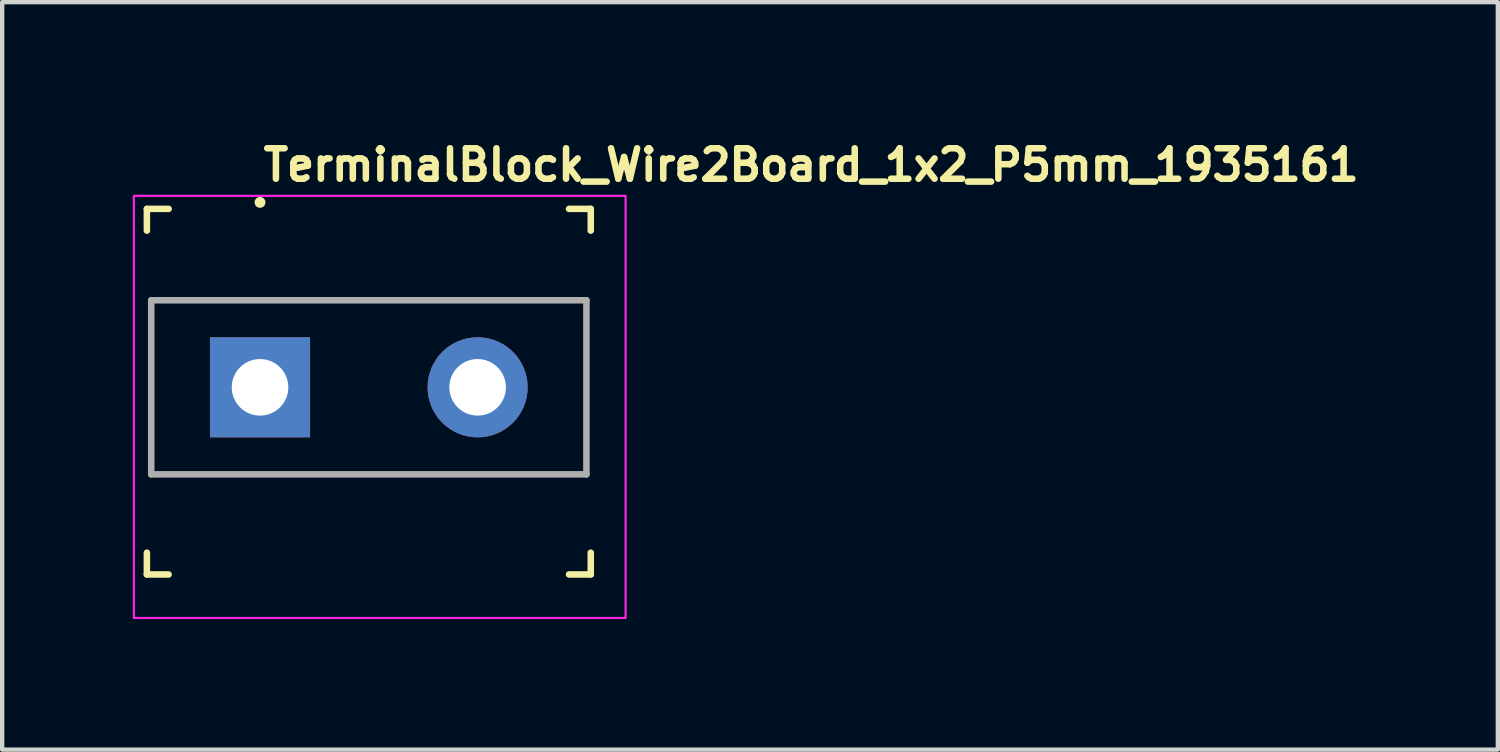
<source format=kicad_pcb>
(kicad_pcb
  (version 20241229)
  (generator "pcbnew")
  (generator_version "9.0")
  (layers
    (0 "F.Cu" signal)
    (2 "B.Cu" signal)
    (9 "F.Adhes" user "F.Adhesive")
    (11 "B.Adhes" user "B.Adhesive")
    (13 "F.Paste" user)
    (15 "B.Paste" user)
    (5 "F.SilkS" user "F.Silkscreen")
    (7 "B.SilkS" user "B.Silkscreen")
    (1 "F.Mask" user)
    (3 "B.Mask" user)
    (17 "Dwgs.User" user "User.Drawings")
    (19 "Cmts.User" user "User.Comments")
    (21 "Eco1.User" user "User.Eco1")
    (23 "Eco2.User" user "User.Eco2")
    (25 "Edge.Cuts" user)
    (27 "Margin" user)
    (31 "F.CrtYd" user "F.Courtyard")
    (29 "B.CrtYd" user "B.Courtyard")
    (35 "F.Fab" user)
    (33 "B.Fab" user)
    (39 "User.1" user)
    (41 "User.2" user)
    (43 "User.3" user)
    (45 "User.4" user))
  (footprint "TerminalBlock_Wire2Board_1x2_P5mm_1935161"
    (layer "F.Cu")
    (at 2.925 5.85)
    (property "Reference" "TerminalBlock_Wire2Board_1x2_P5mm_1935161" (at 0 -4.7 0) (layer "F.SilkS") (effects (font (size 0.7 0.7) (thickness 0.15)) (justify left bottom)))
    (attr through_hole)
    (fp_line (start -2.6 -4.1) (end -2.6 -3.6) (stroke (width 0.15) (type solid)) (layer "F.SilkS"))
    (fp_line (start -2.6 -4.1) (end -2.1 -4.1) (stroke (width 0.15) (type solid)) (layer "F.SilkS"))
    (fp_line (start -2.6 4.3) (end -2.6 3.8) (stroke (width 0.15) (type solid)) (layer "F.SilkS"))
    (fp_line (start -2.6 4.3) (end -2.1 4.3) (stroke (width 0.15) (type solid)) (layer "F.SilkS"))
    (fp_line (start 7.6 -4.1) (end 7.1 -4.1) (stroke (width 0.15) (type solid)) (layer "F.SilkS"))
    (fp_line (start 7.6 -4.1) (end 7.6 -3.6) (stroke (width 0.15) (type solid)) (layer "F.SilkS"))
    (fp_line (start 7.6 4.3) (end 7.1 4.3) (stroke (width 0.15) (type solid)) (layer "F.SilkS"))
    (fp_line (start 7.6 4.3) (end 7.6 3.8) (stroke (width 0.15) (type solid)) (layer "F.SilkS"))
    (fp_circle (center 0 -4.25) (end 0.05 -4.25) (stroke (width 0.15) (type solid)) (fill yes) (layer "F.SilkS"))
    (fp_rect (start -2.9 -4.4) (end 8.4 5.3) (stroke (width 0.05) (type solid)) (fill no) (layer "F.CrtYd"))
    (fp_line (start -2.5 -2) (end -2.5 2) (stroke (width 0.15) (type solid)) (layer "F.Fab"))
    (fp_line (start -2.5 -2) (end 7.5 -2) (stroke (width 0.15) (type solid)) (layer "F.Fab"))
    (fp_line (start -2.5 2) (end 7.5 2) (stroke (width 0.15) (type solid)) (layer "F.Fab"))
    (fp_line (start 7.5 -2) (end 7.5 2) (stroke (width 0.15) (type solid)) (layer "F.Fab"))
    (fp_rect (start 8.091 5.002) (end -2.479 -3.998) (stroke (width 0.1) (type solid)) (fill no) (layer "User.5"))
    (fp_line (start -2.479 -2.989) (end -2.479 -3.998) (stroke (width 0.02) (type solid)) (layer "User.9"))
    (fp_line (start -2.479 -2.989) (end -2.479 -2.713) (stroke (width 0.02) (type solid)) (layer "User.9"))
    (fp_line (start -2.479 -2.989) (end 7.521 -2.989) (stroke (width 0.02) (type solid)) (layer "User.9"))
    (fp_line (start -2.479 -2.713) (end -2.479 -2.055) (stroke (width 0.02) (type solid)) (layer "User.9"))
    (fp_line (start -2.479 -2.055) (end -2.351 -2.055) (stroke (width 0.02) (type solid)) (layer "User.9"))
    (fp_line (start -2.479 -1.641) (end -2.479 -2.055) (stroke (width 0.02) (type solid)) (layer "User.9"))
    (fp_line (start -2.479 -1.641) (end -2.479 1.645) (stroke (width 0.02) (type solid)) (layer "User.9"))
    (fp_line (start -2.479 2.059) (end -2.479 1.645) (stroke (width 0.02) (type solid)) (layer "User.9"))
    (fp_line (start -2.479 2.059) (end -2.479 2.727) (stroke (width 0.02) (type solid)) (layer "User.9"))
    (fp_line (start -2.479 3.002) (end -2.479 2.727) (stroke (width 0.02) (type solid)) (layer "User.9"))
    (fp_line (start -2.479 3.002) (end -2.479 3.508) (stroke (width 0.02) (type solid)) (layer "User.9"))
    (fp_line (start -2.479 4.022) (end -2.479 3.508) (stroke (width 0.02) (type solid)) (layer "User.9"))
    (fp_line (start -2.479 4.449) (end -2.479 4.022) (stroke (width 0.02) (type solid)) (layer "User.9"))
    (fp_line (start -2.479 4.449) (end -2.479 4.449) (stroke (width 0.02) (type solid)) (layer "User.9"))
    (fp_line (start -2.479 4.635) (end -2.479 4.449) (stroke (width 0.02) (type solid)) (layer "User.9"))
    (fp_line (start -2.479 4.635) (end -2.479 4.635) (stroke (width 0.02) (type solid)) (layer "User.9"))
    (fp_line (start -2.479 4.716) (end -2.479 4.635) (stroke (width 0.02) (type solid)) (layer "User.9"))
    (fp_line (start -2.479 4.716) (end -2.479 4.716) (stroke (width 0.02) (type solid)) (layer "User.9"))
    (fp_line (start -2.479 4.789) (end -2.479 4.716) (stroke (width 0.02) (type solid)) (layer "User.9"))
    (fp_line (start -2.479 4.789) (end -2.479 4.789) (stroke (width 0.02) (type solid)) (layer "User.9"))
    (fp_line (start -2.479 4.853) (end -2.479 4.789) (stroke (width 0.02) (type solid)) (layer "User.9"))
    (fp_line (start -2.479 4.853) (end -2.479 4.853) (stroke (width 0.02) (type solid)) (layer "User.9"))
    (fp_line (start -2.479 4.906) (end -2.479 4.853) (stroke (width 0.02) (type solid)) (layer "User.9"))
    (fp_line (start -2.479 4.906) (end -2.479 4.906) (stroke (width 0.02) (type solid)) (layer "User.9"))
    (fp_line (start -2.479 4.947) (end -2.479 4.906) (stroke (width 0.02) (type solid)) (layer "User.9"))
    (fp_line (start -2.479 4.947) (end -2.479 4.947) (stroke (width 0.02) (type solid)) (layer "User.9"))
    (fp_line (start -2.479 4.978) (end -2.479 4.947) (stroke (width 0.02) (type solid)) (layer "User.9"))
    (fp_line (start -2.479 4.978) (end -2.479 4.978) (stroke (width 0.02) (type solid)) (layer "User.9"))
    (fp_line (start -2.479 4.996) (end -2.479 4.978) (stroke (width 0.02) (type solid)) (layer "User.9"))
    (fp_line (start -2.479 4.996) (end -2.479 4.996) (stroke (width 0.02) (type solid)) (layer "User.9"))
    (fp_line (start -2.479 5.002) (end -2.479 4.996) (stroke (width 0.02) (type solid)) (layer "User.9"))
    (fp_line (start -2.351 -2.055) (end -2.172 -2.205) (stroke (width 0.02) (type solid)) (layer "User.9"))
    (fp_line (start -2.351 -1.641) (end -2.479 -1.641) (stroke (width 0.02) (type solid)) (layer "User.9"))
    (fp_line (start -2.351 1.645) (end -2.479 1.645) (stroke (width 0.02) (type solid)) (layer "User.9"))
    (fp_line (start -2.351 1.645) (end -2.172 1.495) (stroke (width 0.02) (type solid)) (layer "User.9"))
    (fp_line (start -2.351 2.059) (end -2.479 2.059) (stroke (width 0.02) (type solid)) (layer "User.9"))
    (fp_line (start -2.179 4.793) (end -2.179 4.252) (stroke (width 0.02) (type solid)) (layer "User.9"))
    (fp_line (start -2.179 4.793) (end -2.179 4.793) (stroke (width 0.02) (type solid)) (layer "User.9"))
    (fp_line (start -2.179 4.893) (end -2.179 4.793) (stroke (width 0.02) (type solid)) (layer "User.9"))
    (fp_line (start -2.179 4.893) (end -2.179 4.893) (stroke (width 0.02) (type solid)) (layer "User.9"))
    (fp_line (start -2.179 4.932) (end -2.179 4.893) (stroke (width 0.02) (type solid)) (layer "User.9"))
    (fp_line (start -2.179 4.932) (end -2.179 4.932) (stroke (width 0.02) (type solid)) (layer "User.9"))
    (fp_line (start -2.179 4.962) (end -2.179 4.932) (stroke (width 0.02) (type solid)) (layer "User.9"))
    (fp_line (start -2.179 4.962) (end -2.179 4.962) (stroke (width 0.02) (type solid)) (layer "User.9"))
    (fp_line (start -2.179 4.985) (end -2.179 4.962) (stroke (width 0.02) (type solid)) (layer "User.9"))
    (fp_line (start -2.179 4.985) (end -2.179 4.985) (stroke (width 0.02) (type solid)) (layer "User.9"))
    (fp_line (start -2.179 4.998) (end -2.179 4.985) (stroke (width 0.02) (type solid)) (layer "User.9"))
    (fp_line (start -2.179 4.998) (end -2.179 4.998) (stroke (width 0.02) (type solid)) (layer "User.9"))
    (fp_line (start -2.179 5.002) (end -2.479 5.002) (stroke (width 0.02) (type solid)) (layer "User.9"))
    (fp_line (start -2.179 5.002) (end -2.179 4.998) (stroke (width 0.02) (type solid)) (layer "User.9"))
    (fp_line (start -2.179 5.002) (end -1.979 4.656) (stroke (width 0.02) (type solid)) (layer "User.9"))
    (fp_line (start -2.172 -2.205) (end -1.909 -2.205) (stroke (width 0.02) (type solid)) (layer "User.9"))
    (fp_line (start -2.172 -1.491) (end -2.351 -1.641) (stroke (width 0.02) (type solid)) (layer "User.9"))
    (fp_line (start -2.172 1.495) (end -1.909 1.495) (stroke (width 0.02) (type solid)) (layer "User.9"))
    (fp_line (start -2.172 2.209) (end -2.351 2.059) (stroke (width 0.02) (type solid)) (layer "User.9"))
    (fp_line (start -2.172 2.209) (end -1.909 2.209) (stroke (width 0.02) (type solid)) (layer "User.9"))
    (fp_line (start -1.979 0.002) (end -1.975 0.132) (stroke (width 0.02) (type solid)) (layer "User.9"))
    (fp_line (start -1.979 4.252) (end -1.229 4.252) (stroke (width 0.02) (type solid)) (layer "User.9"))
    (fp_line (start -1.979 4.545) (end -1.979 4.252) (stroke (width 0.02) (type solid)) (layer "User.9"))
    (fp_line (start -1.979 4.545) (end -1.979 4.545) (stroke (width 0.02) (type solid)) (layer "User.9"))
    (fp_line (start -1.979 4.656) (end -2.179 5.002) (stroke (width 0.02) (type solid)) (layer "User.9"))
    (fp_line (start -1.979 4.656) (end -1.979 4.545) (stroke (width 0.02) (type solid)) (layer "User.9"))
    (fp_line (start -1.975 -0.127) (end -1.979 0.002) (stroke (width 0.02) (type solid)) (layer "User.9"))
    (fp_line (start -1.975 0.132) (end -1.963 0.261) (stroke (width 0.02) (type solid)) (layer "User.9"))
    (fp_line (start -1.963 -0.256) (end -1.975 -0.127) (stroke (width 0.02) (type solid)) (layer "User.9"))
    (fp_line (start -1.963 0.261) (end -1.942 0.389) (stroke (width 0.02) (type solid)) (layer "User.9"))
    (fp_line (start -1.942 -0.384) (end -1.963 -0.256) (stroke (width 0.02) (type solid)) (layer "User.9"))
    (fp_line (start -1.942 0.389) (end -1.912 0.516) (stroke (width 0.02) (type solid)) (layer "User.9"))
    (fp_line (start -1.912 -0.511) (end -1.942 -0.384) (stroke (width 0.02) (type solid)) (layer "User.9"))
    (fp_line (start -1.912 0.516) (end -1.875 0.641) (stroke (width 0.02) (type solid)) (layer "User.9"))
    (fp_line (start -1.909 -2.205) (end -1.909 -1.491) (stroke (width 0.02) (type solid)) (layer "User.9"))
    (fp_line (start -1.909 -1.491) (end -2.172 -1.491) (stroke (width 0.02) (type solid)) (layer "User.9"))
    (fp_line (start -1.909 2.209) (end -1.909 1.495) (stroke (width 0.02) (type solid)) (layer "User.9"))
    (fp_line (start -1.878 0.002) (end -1.874 -0.124) (stroke (width 0.02) (type solid)) (layer "User.9"))
    (fp_line (start -1.877 0.066) (end -1.878 0.002) (stroke (width 0.02) (type solid)) (layer "User.9"))
    (fp_line (start -1.875 -0.637) (end -1.912 -0.511) (stroke (width 0.02) (type solid)) (layer "User.9"))
    (fp_line (start -1.875 0.641) (end -1.829 0.764) (stroke (width 0.02) (type solid)) (layer "User.9"))
    (fp_line (start -1.874 -0.124) (end -1.862 -0.249) (stroke (width 0.02) (type solid)) (layer "User.9"))
    (fp_line (start -1.874 0.129) (end -1.877 0.066) (stroke (width 0.02) (type solid)) (layer "User.9"))
    (fp_line (start -1.869 0.191) (end -1.874 0.129) (stroke (width 0.02) (type solid)) (layer "User.9"))
    (fp_line (start -1.862 -0.249) (end -1.841 -0.373) (stroke (width 0.02) (type solid)) (layer "User.9"))
    (fp_line (start -1.862 0.254) (end -1.869 0.191) (stroke (width 0.02) (type solid)) (layer "User.9"))
    (fp_line (start -1.852 0.315) (end -1.862 0.254) (stroke (width 0.02) (type solid)) (layer "User.9"))
    (fp_line (start -1.841 -0.373) (end -1.813 -0.493) (stroke (width 0.02) (type solid)) (layer "User.9"))
    (fp_line (start -1.841 0.377) (end -1.852 0.315) (stroke (width 0.02) (type solid)) (layer "User.9"))
    (fp_line (start -1.829 -0.76) (end -1.875 -0.637) (stroke (width 0.02) (type solid)) (layer "User.9"))
    (fp_line (start -1.829 0.764) (end -1.774 0.884) (stroke (width 0.02) (type solid)) (layer "User.9"))
    (fp_line (start -1.828 0.437) (end -1.841 0.377) (stroke (width 0.02) (type solid)) (layer "User.9"))
    (fp_line (start -1.813 -0.493) (end -1.776 -0.612) (stroke (width 0.02) (type solid)) (layer "User.9"))
    (fp_line (start -1.813 0.498) (end -1.828 0.437) (stroke (width 0.02) (type solid)) (layer "User.9"))
    (fp_line (start -1.795 0.557) (end -1.813 0.498) (stroke (width 0.02) (type solid)) (layer "User.9"))
    (fp_line (start -1.776 -0.612) (end -1.733 -0.727) (stroke (width 0.02) (type solid)) (layer "User.9"))
    (fp_line (start -1.776 0.616) (end -1.795 0.557) (stroke (width 0.02) (type solid)) (layer "User.9"))
    (fp_line (start -1.774 -0.88) (end -1.829 -0.76) (stroke (width 0.02) (type solid)) (layer "User.9"))
    (fp_line (start -1.774 0.884) (end -1.711 1.002) (stroke (width 0.02) (type solid)) (layer "User.9"))
    (fp_line (start -1.756 0.674) (end -1.776 0.616) (stroke (width 0.02) (type solid)) (layer "User.9"))
    (fp_line (start -1.733 -0.727) (end -1.682 -0.839) (stroke (width 0.02) (type solid)) (layer "User.9"))
    (fp_line (start -1.733 0.731) (end -1.756 0.674) (stroke (width 0.02) (type solid)) (layer "User.9"))
    (fp_line (start -1.711 -0.998) (end -1.774 -0.88) (stroke (width 0.02) (type solid)) (layer "User.9"))
    (fp_line (start -1.711 -0.998) (end -1.711 -0.998) (stroke (width 0.02) (type solid)) (layer "User.9"))
    (fp_line (start -1.711 1.002) (end -1.711 1.002) (stroke (width 0.02) (type solid)) (layer "User.9"))
    (fp_line (start -1.711 1.002) (end -1.677 1.059) (stroke (width 0.02) (type solid)) (layer "User.9"))
    (fp_line (start -1.708 0.788) (end -1.733 0.731) (stroke (width 0.02) (type solid)) (layer "User.9"))
    (fp_line (start -1.682 -0.839) (end -1.624 -0.947) (stroke (width 0.02) (type solid)) (layer "User.9"))
    (fp_line (start -1.682 0.843) (end -1.708 0.788) (stroke (width 0.02) (type solid)) (layer "User.9"))
    (fp_line (start -1.677 1.059) (end -1.641 1.115) (stroke (width 0.02) (type solid)) (layer "User.9"))
    (fp_line (start -1.654 0.898) (end -1.682 0.843) (stroke (width 0.02) (type solid)) (layer "User.9"))
    (fp_line (start -1.641 -1.111) (end -1.711 -0.998) (stroke (width 0.02) (type solid)) (layer "User.9"))
    (fp_line (start -1.641 1.115) (end -1.603 1.17) (stroke (width 0.02) (type solid)) (layer "User.9"))
    (fp_line (start -1.624 -0.947) (end -1.559 -1.052) (stroke (width 0.02) (type solid)) (layer "User.9"))
    (fp_line (start -1.624 0.952) (end -1.654 0.898) (stroke (width 0.02) (type solid)) (layer "User.9"))
    (fp_line (start -1.603 1.17) (end -1.564 1.223) (stroke (width 0.02) (type solid)) (layer "User.9"))
    (fp_line (start -1.592 1.004) (end -1.624 0.952) (stroke (width 0.02) (type solid)) (layer "User.9"))
    (fp_line (start -1.564 -1.219) (end -1.641 -1.111) (stroke (width 0.02) (type solid)) (layer "User.9"))
    (fp_line (start -1.564 1.223) (end -1.523 1.274) (stroke (width 0.02) (type solid)) (layer "User.9"))
    (fp_line (start -1.559 -1.052) (end -1.487 -1.152) (stroke (width 0.02) (type solid)) (layer "User.9"))
    (fp_line (start -1.559 1.056) (end -1.592 1.004) (stroke (width 0.02) (type solid)) (layer "User.9"))
    (fp_line (start -1.524 1.107) (end -1.559 1.056) (stroke (width 0.02) (type solid)) (layer "User.9"))
    (fp_line (start -1.523 1.274) (end -1.48 1.324) (stroke (width 0.02) (type solid)) (layer "User.9"))
    (fp_line (start -1.487 -1.152) (end -1.409 -1.247) (stroke (width 0.02) (type solid)) (layer "User.9"))
    (fp_line (start -1.487 1.156) (end -1.524 1.107) (stroke (width 0.02) (type solid)) (layer "User.9"))
    (fp_line (start -1.48 -1.32) (end -1.564 -1.219) (stroke (width 0.02) (type solid)) (layer "User.9"))
    (fp_line (start -1.48 1.324) (end -1.436 1.373) (stroke (width 0.02) (type solid)) (layer "User.9"))
    (fp_line (start -1.479 -0.042) (end -1.479 0.002) (stroke (width 0.02) (type solid)) (layer "User.9"))
    (fp_line (start -1.479 0.002) (end -1.479 0.046) (stroke (width 0.02) (type solid)) (layer "User.9"))
    (fp_line (start -1.479 0.046) (end -1.477 0.09) (stroke (width 0.02) (type solid)) (layer "User.9"))
    (fp_line (start -1.477 -0.086) (end -1.479 -0.042) (stroke (width 0.02) (type solid)) (layer "User.9"))
    (fp_line (start -1.477 0.09) (end -1.474 0.134) (stroke (width 0.02) (type solid)) (layer "User.9"))
    (fp_line (start -1.474 -0.13) (end -1.477 -0.086) (stroke (width 0.02) (type solid)) (layer "User.9"))
    (fp_line (start -1.474 0.134) (end -1.469 0.178) (stroke (width 0.02) (type solid)) (layer "User.9"))
    (fp_line (start -1.469 -0.174) (end -1.474 -0.13) (stroke (width 0.02) (type solid)) (layer "User.9"))
    (fp_line (start -1.469 0.178) (end -1.463 0.222) (stroke (width 0.02) (type solid)) (layer "User.9"))
    (fp_line (start -1.463 -0.218) (end -1.469 -0.174) (stroke (width 0.02) (type solid)) (layer "User.9"))
    (fp_line (start -1.463 0.222) (end -1.456 0.266) (stroke (width 0.02) (type solid)) (layer "User.9"))
    (fp_line (start -1.456 -0.261) (end -1.463 -0.218) (stroke (width 0.02) (type solid)) (layer "User.9"))
    (fp_line (start -1.456 0.266) (end -1.448 0.309) (stroke (width 0.02) (type solid)) (layer "User.9"))
    (fp_line (start -1.449 1.204) (end -1.487 1.156) (stroke (width 0.02) (type solid)) (layer "User.9"))
    (fp_line (start -1.448 -0.305) (end -1.456 -0.261) (stroke (width 0.02) (type solid)) (layer "User.9"))
    (fp_line (start -1.448 0.309) (end -1.438 0.352) (stroke (width 0.02) (type solid)) (layer "User.9"))
    (fp_line (start -1.438 -0.348) (end -1.448 -0.305) (stroke (width 0.02) (type solid)) (layer "User.9"))
    (fp_line (start -1.438 -0.348) (end -0.329 -0.348) (stroke (width 0.02) (type solid)) (layer "User.9"))
    (fp_line (start -1.438 0.352) (end -0.329 0.352) (stroke (width 0.02) (type solid)) (layer "User.9"))
    (fp_line (start -1.436 1.373) (end -1.391 1.419) (stroke (width 0.02) (type solid)) (layer "User.9"))
    (fp_line (start -1.409 -1.247) (end -1.325 -1.338) (stroke (width 0.02) (type solid)) (layer "User.9"))
    (fp_line (start -1.409 1.252) (end -1.449 1.204) (stroke (width 0.02) (type solid)) (layer "User.9"))
    (fp_line (start -1.391 -1.415) (end -1.48 -1.32) (stroke (width 0.02) (type solid)) (layer "User.9"))
    (fp_line (start -1.391 1.419) (end -1.344 1.465) (stroke (width 0.02) (type solid)) (layer "User.9"))
    (fp_line (start -1.368 1.297) (end -1.409 1.252) (stroke (width 0.02) (type solid)) (layer "User.9"))
    (fp_line (start -1.344 1.465) (end -1.295 1.508) (stroke (width 0.02) (type solid)) (layer "User.9"))
    (fp_line (start -1.325 -1.338) (end -1.235 -1.423) (stroke (width 0.02) (type solid)) (layer "User.9"))
    (fp_line (start -1.325 1.342) (end -1.368 1.297) (stroke (width 0.02) (type solid)) (layer "User.9"))
    (fp_line (start -1.295 -1.504) (end -1.391 -1.415) (stroke (width 0.02) (type solid)) (layer "User.9"))
    (fp_line (start -1.295 1.508) (end -1.246 1.55) (stroke (width 0.02) (type solid)) (layer "User.9"))
    (fp_line (start -1.281 1.385) (end -1.325 1.342) (stroke (width 0.02) (type solid)) (layer "User.9"))
    (fp_line (start -1.246 1.55) (end -1.195 1.59) (stroke (width 0.02) (type solid)) (layer "User.9"))
    (fp_line (start -1.235 -1.423) (end -1.138 -1.502) (stroke (width 0.02) (type solid)) (layer "User.9"))
    (fp_line (start -1.235 1.427) (end -1.281 1.385) (stroke (width 0.02) (type solid)) (layer "User.9"))
    (fp_line (start -1.195 -1.586) (end -1.295 -1.504) (stroke (width 0.02) (type solid)) (layer "User.9"))
    (fp_line (start -1.195 1.59) (end -1.143 1.629) (stroke (width 0.02) (type solid)) (layer "User.9"))
    (fp_line (start -1.187 1.467) (end -1.235 1.427) (stroke (width 0.02) (type solid)) (layer "User.9"))
    (fp_line (start -1.143 1.629) (end -1.089 1.666) (stroke (width 0.02) (type solid)) (layer "User.9"))
    (fp_line (start -1.138 -1.502) (end -1.036 -1.575) (stroke (width 0.02) (type solid)) (layer "User.9"))
    (fp_line (start -1.138 1.506) (end -1.187 1.467) (stroke (width 0.02) (type solid)) (layer "User.9"))
    (fp_line (start -1.089 -1.662) (end -1.195 -1.586) (stroke (width 0.02) (type solid)) (layer "User.9"))
    (fp_line (start -1.089 1.666) (end -1.035 1.701) (stroke (width 0.02) (type solid)) (layer "User.9"))
    (fp_line (start -1.088 1.544) (end -1.138 1.506) (stroke (width 0.02) (type solid)) (layer "User.9"))
    (fp_line (start -1.079 -3.709) (end -1.052 -3.739) (stroke (width 0.02) (type solid)) (layer "User.9"))
    (fp_line (start -1.052 -3.739) (end -1.052 -3.739) (stroke (width 0.02) (type solid)) (layer "User.9"))
    (fp_line (start -1.052 -3.739) (end -0.97 -3.768) (stroke (width 0.02) (type solid)) (layer "User.9"))
    (fp_line (start -1.052 -3.679) (end -1.079 -3.709) (stroke (width 0.02) (type solid)) (layer "User.9"))
    (fp_line (start -1.052 -3.679) (end -1.052 -3.679) (stroke (width 0.02) (type solid)) (layer "User.9"))
    (fp_line (start -1.036 -1.575) (end -0.929 -1.642) (stroke (width 0.02) (type solid)) (layer "User.9"))
    (fp_line (start -1.036 1.58) (end -1.088 1.544) (stroke (width 0.02) (type solid)) (layer "User.9"))
    (fp_line (start -1.035 1.701) (end -0.979 1.734) (stroke (width 0.02) (type solid)) (layer "User.9"))
    (fp_line (start -0.983 1.614) (end -1.036 1.58) (stroke (width 0.02) (type solid)) (layer "User.9"))
    (fp_line (start -0.979 -1.73) (end -1.089 -1.662) (stroke (width 0.02) (type solid)) (layer "User.9"))
    (fp_line (start -0.979 1.734) (end -0.923 1.766) (stroke (width 0.02) (type solid)) (layer "User.9"))
    (fp_line (start -0.97 -3.768) (end -0.97 -3.768) (stroke (width 0.02) (type solid)) (layer "User.9"))
    (fp_line (start -0.97 -3.768) (end -0.839 -3.793) (stroke (width 0.02) (type solid)) (layer "User.9"))
    (fp_line (start -0.97 -3.651) (end -1.052 -3.679) (stroke (width 0.02) (type solid)) (layer "User.9"))
    (fp_line (start -0.97 -3.651) (end -0.97 -3.651) (stroke (width 0.02) (type solid)) (layer "User.9"))
    (fp_line (start -0.929 -1.642) (end -0.929 -1.642) (stroke (width 0.02) (type solid)) (layer "User.9"))
    (fp_line (start -0.929 -1.642) (end -0.817 -1.702) (stroke (width 0.02) (type solid)) (layer "User.9"))
    (fp_line (start -0.929 1.647) (end -0.983 1.614) (stroke (width 0.02) (type solid)) (layer "User.9"))
    (fp_line (start -0.929 1.647) (end -0.929 1.647) (stroke (width 0.02) (type solid)) (layer "User.9"))
    (fp_line (start -0.923 1.766) (end -0.865 1.795) (stroke (width 0.02) (type solid)) (layer "User.9"))
    (fp_line (start -0.865 -1.791) (end -0.979 -1.73) (stroke (width 0.02) (type solid)) (layer "User.9"))
    (fp_line (start -0.865 1.795) (end -0.807 1.823) (stroke (width 0.02) (type solid)) (layer "User.9"))
    (fp_line (start -0.839 -3.793) (end -0.839 -3.793) (stroke (width 0.02) (type solid)) (layer "User.9"))
    (fp_line (start -0.839 -3.793) (end -0.665 -3.815) (stroke (width 0.02) (type solid)) (layer "User.9"))
    (fp_line (start -0.839 -3.625) (end -0.97 -3.651) (stroke (width 0.02) (type solid)) (layer "User.9"))
    (fp_line (start -0.839 -3.625) (end -0.839 -3.625) (stroke (width 0.02) (type solid)) (layer "User.9"))
    (fp_line (start -0.817 -1.702) (end -0.703 -1.754) (stroke (width 0.02) (type solid)) (layer "User.9"))
    (fp_line (start -0.817 1.706) (end -0.929 1.647) (stroke (width 0.02) (type solid)) (layer "User.9"))
    (fp_line (start -0.807 1.823) (end -0.747 1.849) (stroke (width 0.02) (type solid)) (layer "User.9"))
    (fp_line (start -0.747 -1.845) (end -0.865 -1.791) (stroke (width 0.02) (type solid)) (layer "User.9"))
    (fp_line (start -0.747 1.849) (end -0.687 1.873) (stroke (width 0.02) (type solid)) (layer "User.9"))
    (fp_line (start -0.703 -1.754) (end -0.586 -1.797) (stroke (width 0.02) (type solid)) (layer "User.9"))
    (fp_line (start -0.703 1.758) (end -0.817 1.706) (stroke (width 0.02) (type solid)) (layer "User.9"))
    (fp_line (start -0.687 1.873) (end -0.626 1.895) (stroke (width 0.02) (type solid)) (layer "User.9"))
    (fp_line (start -0.665 -3.815) (end -0.665 -3.815) (stroke (width 0.02) (type solid)) (layer "User.9"))
    (fp_line (start -0.665 -3.815) (end -0.457 -3.831) (stroke (width 0.02) (type solid)) (layer "User.9"))
    (fp_line (start -0.665 -3.604) (end -0.839 -3.625) (stroke (width 0.02) (type solid)) (layer "User.9"))
    (fp_line (start -0.665 -3.604) (end -0.665 -3.604) (stroke (width 0.02) (type solid)) (layer "User.9"))
    (fp_line (start -0.626 -1.891) (end -0.747 -1.845) (stroke (width 0.02) (type solid)) (layer "User.9"))
    (fp_line (start -0.626 1.895) (end -0.564 1.915) (stroke (width 0.02) (type solid)) (layer "User.9"))
    (fp_line (start -0.586 -1.797) (end -0.467 -1.833) (stroke (width 0.02) (type solid)) (layer "User.9"))
    (fp_line (start -0.586 1.802) (end -0.703 1.758) (stroke (width 0.02) (type solid)) (layer "User.9"))
    (fp_line (start -0.564 1.915) (end -0.501 1.933) (stroke (width 0.02) (type solid)) (layer "User.9"))
    (fp_line (start -0.501 -1.929) (end -0.626 -1.891) (stroke (width 0.02) (type solid)) (layer "User.9"))
    (fp_line (start -0.501 1.933) (end -0.438 1.949) (stroke (width 0.02) (type solid)) (layer "User.9"))
    (fp_line (start -0.467 -1.833) (end -0.346 -1.861) (stroke (width 0.02) (type solid)) (layer "User.9"))
    (fp_line (start -0.467 1.837) (end -0.586 1.802) (stroke (width 0.02) (type solid)) (layer "User.9"))
    (fp_line (start -0.457 -3.831) (end -0.457 -3.831) (stroke (width 0.02) (type solid)) (layer "User.9"))
    (fp_line (start -0.457 -3.831) (end -0.224 -3.841) (stroke (width 0.02) (type solid)) (layer "User.9"))
    (fp_line (start -0.457 -3.588) (end -0.665 -3.604) (stroke (width 0.02) (type solid)) (layer "User.9"))
    (fp_line (start -0.457 -3.588) (end -0.457 -3.588) (stroke (width 0.02) (type solid)) (layer "User.9"))
    (fp_line (start -0.438 1.949) (end -0.374 1.963) (stroke (width 0.02) (type solid)) (layer "User.9"))
    (fp_line (start -0.374 -1.959) (end -0.501 -1.929) (stroke (width 0.02) (type solid)) (layer "User.9"))
    (fp_line (start -0.374 1.963) (end -0.309 1.975) (stroke (width 0.02) (type solid)) (layer "User.9"))
    (fp_line (start -0.346 -1.861) (end -0.225 -1.881) (stroke (width 0.02) (type solid)) (layer "User.9"))
    (fp_line (start -0.346 1.865) (end -0.467 1.837) (stroke (width 0.02) (type solid)) (layer "User.9"))
    (fp_line (start -0.329 -1.861) (end -0.329 -1.846) (stroke (width 0.02) (type solid)) (layer "User.9"))
    (fp_line (start -0.329 -1.861) (end -0.286 -1.868) (stroke (width 0.02) (type solid)) (layer "User.9"))
    (fp_line (start -0.329 -1.846) (end -0.329 -1.693) (stroke (width 0.02) (type solid)) (layer "User.9"))
    (fp_line (start -0.329 -1.846) (end -0.329 -1.693) (stroke (width 0.02) (type solid)) (layer "User.9"))
    (fp_line (start -0.329 -0.348) (end -0.329 -1.693) (stroke (width 0.02) (type solid)) (layer "User.9"))
    (fp_line (start -0.329 0.352) (end -0.329 1.697) (stroke (width 0.02) (type solid)) (layer "User.9"))
    (fp_line (start -0.329 1.697) (end -0.329 1.85) (stroke (width 0.02) (type solid)) (layer "User.9"))
    (fp_line (start -0.329 1.697) (end -0.329 1.85) (stroke (width 0.02) (type solid)) (layer "User.9"))
    (fp_line (start -0.329 1.85) (end -0.329 1.865) (stroke (width 0.02) (type solid)) (layer "User.9"))
    (fp_line (start -0.309 1.975) (end -0.244 1.985) (stroke (width 0.02) (type solid)) (layer "User.9"))
    (fp_line (start -0.286 -1.868) (end -0.242 -1.875) (stroke (width 0.02) (type solid)) (layer "User.9"))
    (fp_line (start -0.286 1.873) (end -0.329 1.865) (stroke (width 0.02) (type solid)) (layer "User.9"))
    (fp_line (start -0.244 -1.98) (end -0.374 -1.959) (stroke (width 0.02) (type solid)) (layer "User.9"))
    (fp_line (start -0.244 1.985) (end -0.179 1.992) (stroke (width 0.02) (type solid)) (layer "User.9"))
    (fp_line (start -0.242 -1.875) (end -0.199 -1.881) (stroke (width 0.02) (type solid)) (layer "User.9"))
    (fp_line (start -0.242 1.879) (end -0.286 1.873) (stroke (width 0.02) (type solid)) (layer "User.9"))
    (fp_line (start -0.225 -1.881) (end -0.102 -1.893) (stroke (width 0.02) (type solid)) (layer "User.9"))
    (fp_line (start -0.225 1.885) (end -0.346 1.865) (stroke (width 0.02) (type solid)) (layer "User.9"))
    (fp_line (start -0.224 -3.841) (end -0.224 -3.841) (stroke (width 0.02) (type solid)) (layer "User.9"))
    (fp_line (start -0.224 -3.841) (end 0.021 -3.844) (stroke (width 0.02) (type solid)) (layer "User.9"))
    (fp_line (start -0.224 -3.578) (end -0.457 -3.588) (stroke (width 0.02) (type solid)) (layer "User.9"))
    (fp_line (start -0.224 -3.578) (end -0.224 -3.578) (stroke (width 0.02) (type solid)) (layer "User.9"))
    (fp_line (start -0.199 -1.881) (end -0.155 -1.885) (stroke (width 0.02) (type solid)) (layer "User.9"))
    (fp_line (start -0.199 1.885) (end -0.242 1.879) (stroke (width 0.02) (type solid)) (layer "User.9"))
    (fp_line (start -0.179 1.992) (end -0.113 1.998) (stroke (width 0.02) (type solid)) (layer "User.9"))
    (fp_line (start -0.155 -1.885) (end -0.111 -1.889) (stroke (width 0.02) (type solid)) (layer "User.9"))
    (fp_line (start -0.155 1.889) (end -0.199 1.885) (stroke (width 0.02) (type solid)) (layer "User.9"))
    (fp_line (start -0.113 -1.993) (end -0.244 -1.98) (stroke (width 0.02) (type solid)) (layer "User.9"))
    (fp_line (start -0.113 1.998) (end -0.046 2.001) (stroke (width 0.02) (type solid)) (layer "User.9"))
    (fp_line (start -0.111 -1.889) (end -0.067 -1.891) (stroke (width 0.02) (type solid)) (layer "User.9"))
    (fp_line (start -0.111 1.893) (end -0.155 1.889) (stroke (width 0.02) (type solid)) (layer "User.9"))
    (fp_line (start -0.102 -1.893) (end 0.021 -1.897) (stroke (width 0.02) (type solid)) (layer "User.9"))
    (fp_line (start -0.102 1.897) (end -0.225 1.885) (stroke (width 0.02) (type solid)) (layer "User.9"))
    (fp_line (start -0.067 -1.891) (end -0.023 -1.893) (stroke (width 0.02) (type solid)) (layer "User.9"))
    (fp_line (start -0.067 1.895) (end -0.111 1.893) (stroke (width 0.02) (type solid)) (layer "User.9"))
    (fp_line (start -0.046 2.001) (end 0.021 2.002) (stroke (width 0.02) (type solid)) (layer "User.9"))
    (fp_line (start -0.023 -1.893) (end 0.021 -1.893) (stroke (width 0.02) (type solid)) (layer "User.9"))
    (fp_line (start -0.023 1.897) (end -0.067 1.895) (stroke (width 0.02) (type solid)) (layer "User.9"))
    (fp_line (start 0.021 -3.844) (end 0.021 -3.844) (stroke (width 0.02) (type solid)) (layer "User.9"))
    (fp_line (start 0.021 -3.844) (end 0.265 -3.841) (stroke (width 0.02) (type solid)) (layer "User.9"))
    (fp_line (start 0.021 -3.574) (end -0.224 -3.578) (stroke (width 0.02) (type solid)) (layer "User.9"))
    (fp_line (start 0.021 -3.574) (end 0.021 -3.574) (stroke (width 0.02) (type solid)) (layer "User.9"))
    (fp_line (start 0.021 -1.998) (end -0.113 -1.993) (stroke (width 0.02) (type solid)) (layer "User.9"))
    (fp_line (start 0.021 -1.897) (end 0.143 -1.893) (stroke (width 0.02) (type solid)) (layer "User.9"))
    (fp_line (start 0.021 -1.893) (end 0.065 -1.893) (stroke (width 0.02) (type solid)) (layer "User.9"))
    (fp_line (start 0.021 1.897) (end -0.023 1.897) (stroke (width 0.02) (type solid)) (layer "User.9"))
    (fp_line (start 0.021 1.901) (end -0.102 1.897) (stroke (width 0.02) (type solid)) (layer "User.9"))
    (fp_line (start 0.021 2.002) (end 0.154 1.998) (stroke (width 0.02) (type solid)) (layer "User.9"))
    (fp_line (start 0.065 -1.893) (end 0.108 -1.891) (stroke (width 0.02) (type solid)) (layer "User.9"))
    (fp_line (start 0.065 1.897) (end 0.021 1.897) (stroke (width 0.02) (type solid)) (layer "User.9"))
    (fp_line (start 0.087 -1.997) (end 0.021 -1.998) (stroke (width 0.02) (type solid)) (layer "User.9"))
    (fp_line (start 0.108 -1.891) (end 0.152 -1.889) (stroke (width 0.02) (type solid)) (layer "User.9"))
    (fp_line (start 0.108 1.895) (end 0.065 1.897) (stroke (width 0.02) (type solid)) (layer "User.9"))
    (fp_line (start 0.143 -1.893) (end 0.266 -1.881) (stroke (width 0.02) (type solid)) (layer "User.9"))
    (fp_line (start 0.143 1.897) (end 0.021 1.901) (stroke (width 0.02) (type solid)) (layer "User.9"))
    (fp_line (start 0.152 -1.889) (end 0.196 -1.885) (stroke (width 0.02) (type solid)) (layer "User.9"))
    (fp_line (start 0.152 1.893) (end 0.108 1.895) (stroke (width 0.02) (type solid)) (layer "User.9"))
    (fp_line (start 0.154 -1.993) (end 0.087 -1.997) (stroke (width 0.02) (type solid)) (layer "User.9"))
    (fp_line (start 0.154 1.998) (end 0.286 1.985) (stroke (width 0.02) (type solid)) (layer "User.9"))
    (fp_line (start 0.196 -1.885) (end 0.24 -1.881) (stroke (width 0.02) (type solid)) (layer "User.9"))
    (fp_line (start 0.196 1.889) (end 0.152 1.893) (stroke (width 0.02) (type solid)) (layer "User.9"))
    (fp_line (start 0.22 -1.988) (end 0.154 -1.993) (stroke (width 0.02) (type solid)) (layer "User.9"))
    (fp_line (start 0.24 -1.881) (end 0.284 -1.875) (stroke (width 0.02) (type solid)) (layer "User.9"))
    (fp_line (start 0.24 1.885) (end 0.196 1.889) (stroke (width 0.02) (type solid)) (layer "User.9"))
    (fp_line (start 0.265 -3.841) (end 0.265 -3.841) (stroke (width 0.02) (type solid)) (layer "User.9"))
    (fp_line (start 0.265 -3.841) (end 0.498 -3.831) (stroke (width 0.02) (type solid)) (layer "User.9"))
    (fp_line (start 0.265 -3.578) (end 0.021 -3.574) (stroke (width 0.02) (type solid)) (layer "User.9"))
    (fp_line (start 0.265 -3.578) (end 0.265 -3.578) (stroke (width 0.02) (type solid)) (layer "User.9"))
    (fp_line (start 0.266 -1.881) (end 0.388 -1.861) (stroke (width 0.02) (type solid)) (layer "User.9"))
    (fp_line (start 0.266 1.885) (end 0.143 1.897) (stroke (width 0.02) (type solid)) (layer "User.9"))
    (fp_line (start 0.284 -1.875) (end 0.327 -1.868) (stroke (width 0.02) (type solid)) (layer "User.9"))
    (fp_line (start 0.284 1.879) (end 0.24 1.885) (stroke (width 0.02) (type solid)) (layer "User.9"))
    (fp_line (start 0.286 -1.98) (end 0.22 -1.988) (stroke (width 0.02) (type solid)) (layer "User.9"))
    (fp_line (start 0.286 1.985) (end 0.415 1.963) (stroke (width 0.02) (type solid)) (layer "User.9"))
    (fp_line (start 0.327 -1.868) (end 0.371 -1.861) (stroke (width 0.02) (type solid)) (layer "User.9"))
    (fp_line (start 0.327 1.873) (end 0.284 1.879) (stroke (width 0.02) (type solid)) (layer "User.9"))
    (fp_line (start 0.351 -1.971) (end 0.286 -1.98) (stroke (width 0.02) (type solid)) (layer "User.9"))
    (fp_line (start 0.371 -1.846) (end 0.371 -1.861) (stroke (width 0.02) (type solid)) (layer "User.9"))
    (fp_line (start 0.371 -1.846) (end 0.371 -1.693) (stroke (width 0.02) (type solid)) (layer "User.9"))
    (fp_line (start 0.371 -1.693) (end 0.371 -1.846) (stroke (width 0.02) (type solid)) (layer "User.9"))
    (fp_line (start 0.371 -0.348) (end 0.371 -1.693) (stroke (width 0.02) (type solid)) (layer "User.9"))
    (fp_line (start 0.371 -0.348) (end 1.479 -0.348) (stroke (width 0.02) (type solid)) (layer "User.9"))
    (fp_line (start 0.371 1.697) (end 0.371 0.352) (stroke (width 0.02) (type solid)) (layer "User.9"))
    (fp_line (start 0.371 1.697) (end 0.371 1.85) (stroke (width 0.02) (type solid)) (layer "User.9"))
    (fp_line (start 0.371 1.85) (end 0.371 1.697) (stroke (width 0.02) (type solid)) (layer "User.9"))
    (fp_line (start 0.371 1.865) (end 0.327 1.873) (stroke (width 0.02) (type solid)) (layer "User.9"))
    (fp_line (start 0.371 1.865) (end 0.371 1.85) (stroke (width 0.02) (type solid)) (layer "User.9"))
    (fp_line (start 0.388 -1.861) (end 0.508 -1.833) (stroke (width 0.02) (type solid)) (layer "User.9"))
    (fp_line (start 0.388 1.865) (end 0.266 1.885) (stroke (width 0.02) (type solid)) (layer "User.9"))
    (fp_line (start 0.415 -1.959) (end 0.351 -1.971) (stroke (width 0.02) (type solid)) (layer "User.9"))
    (fp_line (start 0.415 1.963) (end 0.542 1.933) (stroke (width 0.02) (type solid)) (layer "User.9"))
    (fp_line (start 0.479 -1.945) (end 0.415 -1.959) (stroke (width 0.02) (type solid)) (layer "User.9"))
    (fp_line (start 0.498 -3.831) (end 0.498 -3.831) (stroke (width 0.02) (type solid)) (layer "User.9"))
    (fp_line (start 0.498 -3.831) (end 0.707 -3.815) (stroke (width 0.02) (type solid)) (layer "User.9"))
    (fp_line (start 0.498 -3.588) (end 0.265 -3.578) (stroke (width 0.02) (type solid)) (layer "User.9"))
    (fp_line (start 0.498 -3.588) (end 0.498 -3.588) (stroke (width 0.02) (type solid)) (layer "User.9"))
    (fp_line (start 0.508 -1.833) (end 0.627 -1.797) (stroke (width 0.02) (type solid)) (layer "User.9"))
    (fp_line (start 0.508 1.837) (end 0.388 1.865) (stroke (width 0.02) (type solid)) (layer "User.9"))
    (fp_line (start 0.542 -1.929) (end 0.479 -1.945) (stroke (width 0.02) (type solid)) (layer "User.9"))
    (fp_line (start 0.542 1.933) (end 0.667 1.895) (stroke (width 0.02) (type solid)) (layer "User.9"))
    (fp_line (start 0.605 -1.911) (end 0.542 -1.929) (stroke (width 0.02) (type solid)) (layer "User.9"))
    (fp_line (start 0.627 -1.797) (end 0.744 -1.754) (stroke (width 0.02) (type solid)) (layer "User.9"))
    (fp_line (start 0.627 1.802) (end 0.508 1.837) (stroke (width 0.02) (type solid)) (layer "User.9"))
    (fp_line (start 0.667 -1.891) (end 0.605 -1.911) (stroke (width 0.02) (type solid)) (layer "User.9"))
    (fp_line (start 0.667 1.895) (end 0.788 1.849) (stroke (width 0.02) (type solid)) (layer "User.9"))
    (fp_line (start 0.707 -3.815) (end 0.707 -3.815) (stroke (width 0.02) (type solid)) (layer "User.9"))
    (fp_line (start 0.707 -3.815) (end 0.881 -3.793) (stroke (width 0.02) (type solid)) (layer "User.9"))
    (fp_line (start 0.707 -3.604) (end 0.498 -3.588) (stroke (width 0.02) (type solid)) (layer "User.9"))
    (fp_line (start 0.707 -3.604) (end 0.707 -3.604) (stroke (width 0.02) (type solid)) (layer "User.9"))
    (fp_line (start 0.728 -1.869) (end 0.667 -1.891) (stroke (width 0.02) (type solid)) (layer "User.9"))
    (fp_line (start 0.744 -1.754) (end 0.858 -1.702) (stroke (width 0.02) (type solid)) (layer "User.9"))
    (fp_line (start 0.744 1.758) (end 0.627 1.802) (stroke (width 0.02) (type solid)) (layer "User.9"))
    (fp_line (start 0.788 -1.845) (end 0.728 -1.869) (stroke (width 0.02) (type solid)) (layer "User.9"))
    (fp_line (start 0.788 1.849) (end 0.906 1.795) (stroke (width 0.02) (type solid)) (layer "User.9"))
    (fp_line (start 0.848 -1.819) (end 0.788 -1.845) (stroke (width 0.02) (type solid)) (layer "User.9"))
    (fp_line (start 0.858 -1.702) (end 0.97 -1.642) (stroke (width 0.02) (type solid)) (layer "User.9"))
    (fp_line (start 0.858 1.706) (end 0.744 1.758) (stroke (width 0.02) (type solid)) (layer "User.9"))
    (fp_line (start 0.881 -3.793) (end 0.881 -3.793) (stroke (width 0.02) (type solid)) (layer "User.9"))
    (fp_line (start 0.881 -3.793) (end 1.012 -3.768) (stroke (width 0.02) (type solid)) (layer "User.9"))
    (fp_line (start 0.881 -3.625) (end 0.707 -3.604) (stroke (width 0.02) (type solid)) (layer "User.9"))
    (fp_line (start 0.881 -3.625) (end 0.881 -3.625) (stroke (width 0.02) (type solid)) (layer "User.9"))
    (fp_line (start 0.906 -1.791) (end 0.848 -1.819) (stroke (width 0.02) (type solid)) (layer "User.9"))
    (fp_line (start 0.906 1.795) (end 1.021 1.734) (stroke (width 0.02) (type solid)) (layer "User.9"))
    (fp_line (start 0.964 -1.761) (end 0.906 -1.791) (stroke (width 0.02) (type solid)) (layer "User.9"))
    (fp_line (start 0.97 -1.642) (end 0.97 -1.642) (stroke (width 0.02) (type solid)) (layer "User.9"))
    (fp_line (start 0.97 -1.642) (end 1.024 -1.61) (stroke (width 0.02) (type solid)) (layer "User.9"))
    (fp_line (start 0.97 1.647) (end 0.858 1.706) (stroke (width 0.02) (type solid)) (layer "User.9"))
    (fp_line (start 0.97 1.647) (end 0.97 1.647) (stroke (width 0.02) (type solid)) (layer "User.9"))
    (fp_line (start 1.012 -3.768) (end 1.012 -3.768) (stroke (width 0.02) (type solid)) (layer "User.9"))
    (fp_line (start 1.012 -3.768) (end 1.093 -3.739) (stroke (width 0.02) (type solid)) (layer "User.9"))
    (fp_line (start 1.012 -3.651) (end 0.881 -3.625) (stroke (width 0.02) (type solid)) (layer "User.9"))
    (fp_line (start 1.012 -3.651) (end 1.012 -3.651) (stroke (width 0.02) (type solid)) (layer "User.9"))
    (fp_line (start 1.021 -1.73) (end 0.964 -1.761) (stroke (width 0.02) (type solid)) (layer "User.9"))
    (fp_line (start 1.021 1.734) (end 1.131 1.666) (stroke (width 0.02) (type solid)) (layer "User.9"))
    (fp_line (start 1.024 -1.61) (end 1.078 -1.575) (stroke (width 0.02) (type solid)) (layer "User.9"))
    (fp_line (start 1.076 -1.697) (end 1.021 -1.73) (stroke (width 0.02) (type solid)) (layer "User.9"))
    (fp_line (start 1.078 -1.575) (end 1.129 -1.54) (stroke (width 0.02) (type solid)) (layer "User.9"))
    (fp_line (start 1.078 1.58) (end 0.97 1.647) (stroke (width 0.02) (type solid)) (layer "User.9"))
    (fp_line (start 1.093 -3.739) (end 1.093 -3.739) (stroke (width 0.02) (type solid)) (layer "User.9"))
    (fp_line (start 1.093 -3.739) (end 1.121 -3.709) (stroke (width 0.02) (type solid)) (layer "User.9"))
    (fp_line (start 1.093 -3.679) (end 1.012 -3.651) (stroke (width 0.02) (type solid)) (layer "User.9"))
    (fp_line (start 1.093 -3.679) (end 1.093 -3.679) (stroke (width 0.02) (type solid)) (layer "User.9"))
    (fp_line (start 1.121 -3.709) (end 1.093 -3.679) (stroke (width 0.02) (type solid)) (layer "User.9"))
    (fp_line (start 1.129 -1.54) (end 1.18 -1.502) (stroke (width 0.02) (type solid)) (layer "User.9"))
    (fp_line (start 1.131 -1.662) (end 1.076 -1.697) (stroke (width 0.02) (type solid)) (layer "User.9"))
    (fp_line (start 1.131 1.666) (end 1.236 1.59) (stroke (width 0.02) (type solid)) (layer "User.9"))
    (fp_line (start 1.18 -1.502) (end 1.228 -1.463) (stroke (width 0.02) (type solid)) (layer "User.9"))
    (fp_line (start 1.18 1.506) (end 1.078 1.58) (stroke (width 0.02) (type solid)) (layer "User.9"))
    (fp_line (start 1.184 -1.625) (end 1.131 -1.662) (stroke (width 0.02) (type solid)) (layer "User.9"))
    (fp_line (start 1.228 -1.463) (end 1.276 -1.423) (stroke (width 0.02) (type solid)) (layer "User.9"))
    (fp_line (start 1.236 -1.586) (end 1.184 -1.625) (stroke (width 0.02) (type solid)) (layer "User.9"))
    (fp_line (start 1.236 1.59) (end 1.337 1.508) (stroke (width 0.02) (type solid)) (layer "User.9"))
    (fp_line (start 1.271 4.252) (end 2.121 4.252) (stroke (width 0.02) (type solid)) (layer "User.9"))
    (fp_line (start 1.276 -1.423) (end 1.322 -1.381) (stroke (width 0.02) (type solid)) (layer "User.9"))
    (fp_line (start 1.276 1.427) (end 1.18 1.506) (stroke (width 0.02) (type solid)) (layer "User.9"))
    (fp_line (start 1.287 -1.546) (end 1.236 -1.586) (stroke (width 0.02) (type solid)) (layer "User.9"))
    (fp_line (start 1.322 -1.381) (end 1.366 -1.338) (stroke (width 0.02) (type solid)) (layer "User.9"))
    (fp_line (start 1.337 -1.504) (end 1.287 -1.546) (stroke (width 0.02) (type solid)) (layer "User.9"))
    (fp_line (start 1.337 1.508) (end 1.432 1.419) (stroke (width 0.02) (type solid)) (layer "User.9"))
    (fp_line (start 1.366 -1.338) (end 1.409 -1.293) (stroke (width 0.02) (type solid)) (layer "User.9"))
    (fp_line (start 1.366 1.342) (end 1.276 1.427) (stroke (width 0.02) (type solid)) (layer "User.9"))
    (fp_line (start 1.385 -1.46) (end 1.337 -1.504) (stroke (width 0.02) (type solid)) (layer "User.9"))
    (fp_line (start 1.409 -1.293) (end 1.451 -1.247) (stroke (width 0.02) (type solid)) (layer "User.9"))
    (fp_line (start 1.432 -1.415) (end 1.385 -1.46) (stroke (width 0.02) (type solid)) (layer "User.9"))
    (fp_line (start 1.432 1.419) (end 1.521 1.324) (stroke (width 0.02) (type solid)) (layer "User.9"))
    (fp_line (start 1.451 -1.247) (end 1.49 -1.2) (stroke (width 0.02) (type solid)) (layer "User.9"))
    (fp_line (start 1.451 1.252) (end 1.366 1.342) (stroke (width 0.02) (type solid)) (layer "User.9"))
    (fp_line (start 1.477 -1.368) (end 1.432 -1.415) (stroke (width 0.02) (type solid)) (layer "User.9"))
    (fp_line (start 1.479 0.352) (end 0.371 0.352) (stroke (width 0.02) (type solid)) (layer "User.9"))
    (fp_line (start 1.479 0.352) (end 1.489 0.309) (stroke (width 0.02) (type solid)) (layer "User.9"))
    (fp_line (start 1.489 -0.305) (end 1.479 -0.348) (stroke (width 0.02) (type solid)) (layer "User.9"))
    (fp_line (start 1.489 0.309) (end 1.497 0.266) (stroke (width 0.02) (type solid)) (layer "User.9"))
    (fp_line (start 1.49 -1.2) (end 1.529 -1.152) (stroke (width 0.02) (type solid)) (layer "User.9"))
    (fp_line (start 1.497 -0.261) (end 1.489 -0.305) (stroke (width 0.02) (type solid)) (layer "User.9"))
    (fp_line (start 1.497 0.266) (end 1.504 0.222) (stroke (width 0.02) (type solid)) (layer "User.9"))
    (fp_line (start 1.504 -0.218) (end 1.497 -0.261) (stroke (width 0.02) (type solid)) (layer "User.9"))
    (fp_line (start 1.504 0.222) (end 1.51 0.178) (stroke (width 0.02) (type solid)) (layer "User.9"))
    (fp_line (start 1.51 -0.174) (end 1.504 -0.218) (stroke (width 0.02) (type solid)) (layer "User.9"))
    (fp_line (start 1.51 0.178) (end 1.515 0.134) (stroke (width 0.02) (type solid)) (layer "User.9"))
    (fp_line (start 1.515 -0.13) (end 1.51 -0.174) (stroke (width 0.02) (type solid)) (layer "User.9"))
    (fp_line (start 1.515 0.134) (end 1.518 0.09) (stroke (width 0.02) (type solid)) (layer "User.9"))
    (fp_line (start 1.518 -0.086) (end 1.515 -0.13) (stroke (width 0.02) (type solid)) (layer "User.9"))
    (fp_line (start 1.518 0.09) (end 1.52 0.046) (stroke (width 0.02) (type solid)) (layer "User.9"))
    (fp_line (start 1.52 -0.042) (end 1.518 -0.086) (stroke (width 0.02) (type solid)) (layer "User.9"))
    (fp_line (start 1.52 0.046) (end 1.521 0.002) (stroke (width 0.02) (type solid)) (layer "User.9"))
    (fp_line (start 1.521 -1.32) (end 1.477 -1.368) (stroke (width 0.02) (type solid)) (layer "User.9"))
    (fp_line (start 1.521 0.002) (end 1.52 -0.042) (stroke (width 0.02) (type solid)) (layer "User.9"))
    (fp_line (start 1.521 1.324) (end 1.605 1.223) (stroke (width 0.02) (type solid)) (layer "User.9"))
    (fp_line (start 1.529 -1.152) (end 1.565 -1.102) (stroke (width 0.02) (type solid)) (layer "User.9"))
    (fp_line (start 1.529 1.156) (end 1.451 1.252) (stroke (width 0.02) (type solid)) (layer "User.9"))
    (fp_line (start 1.564 -1.27) (end 1.521 -1.32) (stroke (width 0.02) (type solid)) (layer "User.9"))
    (fp_line (start 1.565 -1.102) (end 1.6 -1.052) (stroke (width 0.02) (type solid)) (layer "User.9"))
    (fp_line (start 1.6 -1.052) (end 1.634 -1) (stroke (width 0.02) (type solid)) (layer "User.9"))
    (fp_line (start 1.6 1.056) (end 1.529 1.156) (stroke (width 0.02) (type solid)) (layer "User.9"))
    (fp_line (start 1.605 -1.219) (end 1.564 -1.27) (stroke (width 0.02) (type solid)) (layer "User.9"))
    (fp_line (start 1.605 1.223) (end 1.682 1.115) (stroke (width 0.02) (type solid)) (layer "User.9"))
    (fp_line (start 1.634 -1) (end 1.665 -0.947) (stroke (width 0.02) (type solid)) (layer "User.9"))
    (fp_line (start 1.644 -1.166) (end 1.605 -1.219) (stroke (width 0.02) (type solid)) (layer "User.9"))
    (fp_line (start 1.665 -0.947) (end 1.695 -0.894) (stroke (width 0.02) (type solid)) (layer "User.9"))
    (fp_line (start 1.665 0.952) (end 1.6 1.056) (stroke (width 0.02) (type solid)) (layer "User.9"))
    (fp_line (start 1.682 -1.111) (end 1.644 -1.166) (stroke (width 0.02) (type solid)) (layer "User.9"))
    (fp_line (start 1.682 1.115) (end 1.753 1.002) (stroke (width 0.02) (type solid)) (layer "User.9"))
    (fp_line (start 1.695 -0.894) (end 1.723 -0.839) (stroke (width 0.02) (type solid)) (layer "User.9"))
    (fp_line (start 1.718 -1.055) (end 1.682 -1.111) (stroke (width 0.02) (type solid)) (layer "User.9"))
    (fp_line (start 1.723 -0.839) (end 1.749 -0.783) (stroke (width 0.02) (type solid)) (layer "User.9"))
    (fp_line (start 1.723 0.843) (end 1.665 0.952) (stroke (width 0.02) (type solid)) (layer "User.9"))
    (fp_line (start 1.749 -0.783) (end 1.774 -0.727) (stroke (width 0.02) (type solid)) (layer "User.9"))
    (fp_line (start 1.753 -0.998) (end 1.718 -1.055) (stroke (width 0.02) (type solid)) (layer "User.9"))
    (fp_line (start 1.753 -0.998) (end 1.753 -0.998) (stroke (width 0.02) (type solid)) (layer "User.9"))
    (fp_line (start 1.753 1.002) (end 1.753 1.002) (stroke (width 0.02) (type solid)) (layer "User.9"))
    (fp_line (start 1.753 1.002) (end 1.815 0.884) (stroke (width 0.02) (type solid)) (layer "User.9"))
    (fp_line (start 1.774 -0.727) (end 1.797 -0.67) (stroke (width 0.02) (type solid)) (layer "User.9"))
    (fp_line (start 1.774 0.731) (end 1.723 0.843) (stroke (width 0.02) (type solid)) (layer "User.9"))
    (fp_line (start 1.797 -0.67) (end 1.818 -0.612) (stroke (width 0.02) (type solid)) (layer "User.9"))
    (fp_line (start 1.815 -0.88) (end 1.753 -0.998) (stroke (width 0.02) (type solid)) (layer "User.9"))
    (fp_line (start 1.815 0.884) (end 1.87 0.764) (stroke (width 0.02) (type solid)) (layer "User.9"))
    (fp_line (start 1.818 -0.612) (end 1.837 -0.553) (stroke (width 0.02) (type solid)) (layer "User.9"))
    (fp_line (start 1.818 0.616) (end 1.774 0.731) (stroke (width 0.02) (type solid)) (layer "User.9"))
    (fp_line (start 1.837 -0.553) (end 1.854 -0.493) (stroke (width 0.02) (type solid)) (layer "User.9"))
    (fp_line (start 1.854 -0.493) (end 1.869 -0.433) (stroke (width 0.02) (type solid)) (layer "User.9"))
    (fp_line (start 1.854 0.498) (end 1.818 0.616) (stroke (width 0.02) (type solid)) (layer "User.9"))
    (fp_line (start 1.869 -0.433) (end 1.882 -0.373) (stroke (width 0.02) (type solid)) (layer "User.9"))
    (fp_line (start 1.87 -0.76) (end 1.815 -0.88) (stroke (width 0.02) (type solid)) (layer "User.9"))
    (fp_line (start 1.87 0.764) (end 1.916 0.641) (stroke (width 0.02) (type solid)) (layer "User.9"))
    (fp_line (start 1.882 -0.373) (end 1.894 -0.311) (stroke (width 0.02) (type solid)) (layer "User.9"))
    (fp_line (start 1.882 0.377) (end 1.854 0.498) (stroke (width 0.02) (type solid)) (layer "User.9"))
    (fp_line (start 1.894 -0.311) (end 1.903 -0.249) (stroke (width 0.02) (type solid)) (layer "User.9"))
    (fp_line (start 1.903 -0.249) (end 1.91 -0.187) (stroke (width 0.02) (type solid)) (layer "User.9"))
    (fp_line (start 1.903 0.254) (end 1.882 0.377) (stroke (width 0.02) (type solid)) (layer "User.9"))
    (fp_line (start 1.91 -0.187) (end 1.915 -0.124) (stroke (width 0.02) (type solid)) (layer "User.9"))
    (fp_line (start 1.915 -0.124) (end 1.918 -0.061) (stroke (width 0.02) (type solid)) (layer "User.9"))
    (fp_line (start 1.915 0.129) (end 1.903 0.254) (stroke (width 0.02) (type solid)) (layer "User.9"))
    (fp_line (start 1.916 -0.637) (end 1.87 -0.76) (stroke (width 0.02) (type solid)) (layer "User.9"))
    (fp_line (start 1.916 0.641) (end 1.954 0.516) (stroke (width 0.02) (type solid)) (layer "User.9"))
    (fp_line (start 1.918 -0.061) (end 1.919 0.002) (stroke (width 0.02) (type solid)) (layer "User.9"))
    (fp_line (start 1.919 0.002) (end 1.915 0.129) (stroke (width 0.02) (type solid)) (layer "User.9"))
    (fp_line (start 1.954 -0.511) (end 1.916 -0.637) (stroke (width 0.02) (type solid)) (layer "User.9"))
    (fp_line (start 1.954 0.516) (end 1.983 0.389) (stroke (width 0.02) (type solid)) (layer "User.9"))
    (fp_line (start 1.983 -0.384) (end 1.954 -0.511) (stroke (width 0.02) (type solid)) (layer "User.9"))
    (fp_line (start 1.983 0.389) (end 2.004 0.261) (stroke (width 0.02) (type solid)) (layer "User.9"))
    (fp_line (start 2.004 -0.256) (end 1.983 -0.384) (stroke (width 0.02) (type solid)) (layer "User.9"))
    (fp_line (start 2.004 0.261) (end 2.016 0.132) (stroke (width 0.02) (type solid)) (layer "User.9"))
    (fp_line (start 2.016 -0.127) (end 2.004 -0.256) (stroke (width 0.02) (type solid)) (layer "User.9"))
    (fp_line (start 2.016 0.132) (end 2.021 0.002) (stroke (width 0.02) (type solid)) (layer "User.9"))
    (fp_line (start 2.021 0.002) (end 2.016 -0.127) (stroke (width 0.02) (type solid)) (layer "User.9"))
    (fp_line (start 2.121 -3.998) (end -2.479 -3.998) (stroke (width 0.02) (type solid)) (layer "User.9"))
    (fp_line (start 2.121 -3.91) (end 2.121 -3.998) (stroke (width 0.02) (type solid)) (layer "User.9"))
    (fp_line (start 2.121 -3.91) (end 2.121 -3.91) (stroke (width 0.02) (type solid)) (layer "User.9"))
    (fp_line (start 2.121 -3.698) (end 2.121 -3.91) (stroke (width 0.02) (type solid)) (layer "User.9"))
    (fp_line (start 2.121 -3.698) (end 2.121 -3.218) (stroke (width 0.02) (type solid)) (layer "User.9"))
    (fp_line (start 2.121 -3.218) (end 2.921 -3.218) (stroke (width 0.02) (type solid)) (layer "User.9"))
    (fp_line (start 2.121 4.252) (end 2.121 4.545) (stroke (width 0.02) (type solid)) (layer "User.9"))
    (fp_line (start 2.121 4.545) (end 2.121 4.545) (stroke (width 0.02) (type solid)) (layer "User.9"))
    (fp_line (start 2.121 4.545) (end 2.121 4.656) (stroke (width 0.02) (type solid)) (layer "User.9"))
    (fp_line (start 2.121 4.656) (end 2.321 5.002) (stroke (width 0.02) (type solid)) (layer "User.9"))
    (fp_line (start 2.321 4.252) (end -2.179 4.252) (stroke (width 0.02) (type solid)) (layer "User.9"))
    (fp_line (start 2.321 4.793) (end 2.321 4.252) (stroke (width 0.02) (type solid)) (layer "User.9"))
    (fp_line (start 2.321 4.793) (end 2.321 4.793) (stroke (width 0.02) (type solid)) (layer "User.9"))
    (fp_line (start 2.321 4.893) (end 2.321 4.793) (stroke (width 0.02) (type solid)) (layer "User.9"))
    (fp_line (start 2.321 4.893) (end 2.321 4.893) (stroke (width 0.02) (type solid)) (layer "User.9"))
    (fp_line (start 2.321 4.932) (end 2.321 4.893) (stroke (width 0.02) (type solid)) (layer "User.9"))
    (fp_line (start 2.321 4.932) (end 2.321 4.932) (stroke (width 0.02) (type solid)) (layer "User.9"))
    (fp_line (start 2.321 4.962) (end 2.321 4.932) (stroke (width 0.02) (type solid)) (layer "User.9"))
    (fp_line (start 2.321 4.962) (end 2.321 4.962) (stroke (width 0.02) (type solid)) (layer "User.9"))
    (fp_line (start 2.321 4.985) (end 2.321 4.962) (stroke (width 0.02) (type solid)) (layer "User.9"))
    (fp_line (start 2.321 4.985) (end 2.321 4.985) (stroke (width 0.02) (type solid)) (layer "User.9"))
    (fp_line (start 2.321 4.998) (end 2.321 4.985) (stroke (width 0.02) (type solid)) (layer "User.9"))
    (fp_line (start 2.321 4.998) (end 2.321 4.998) (stroke (width 0.02) (type solid)) (layer "User.9"))
    (fp_line (start 2.321 5.002) (end 2.121 4.656) (stroke (width 0.02) (type solid)) (layer "User.9"))
    (fp_line (start 2.321 5.002) (end 2.321 4.998) (stroke (width 0.02) (type solid)) (layer "User.9"))
    (fp_line (start 2.721 4.793) (end 2.721 4.252) (stroke (width 0.02) (type solid)) (layer "User.9"))
    (fp_line (start 2.721 4.793) (end 2.721 4.793) (stroke (width 0.02) (type solid)) (layer "User.9"))
    (fp_line (start 2.721 4.893) (end 2.721 4.793) (stroke (width 0.02) (type solid)) (layer "User.9"))
    (fp_line (start 2.721 4.893) (end 2.721 4.893) (stroke (width 0.02) (type solid)) (layer "User.9"))
    (fp_line (start 2.721 4.932) (end 2.721 4.893) (stroke (width 0.02) (type solid)) (layer "User.9"))
    (fp_line (start 2.721 4.932) (end 2.721 4.932) (stroke (width 0.02) (type solid)) (layer "User.9"))
    (fp_line (start 2.721 4.962) (end 2.721 4.932) (stroke (width 0.02) (type solid)) (layer "User.9"))
    (fp_line (start 2.721 4.962) (end 2.721 4.962) (stroke (width 0.02) (type solid)) (layer "User.9"))
    (fp_line (start 2.721 4.985) (end 2.721 4.962) (stroke (width 0.02) (type solid)) (layer "User.9"))
    (fp_line (start 2.721 4.985) (end 2.721 4.985) (stroke (width 0.02) (type solid)) (layer "User.9"))
    (fp_line (start 2.721 4.998) (end 2.721 4.985) (stroke (width 0.02) (type solid)) (layer "User.9"))
    (fp_line (start 2.721 4.998) (end 2.721 4.998) (stroke (width 0.02) (type solid)) (layer "User.9"))
    (fp_line (start 2.721 5.002) (end 2.321 5.002) (stroke (width 0.02) (type solid)) (layer "User.9"))
    (fp_line (start 2.721 5.002) (end 2.721 4.998) (stroke (width 0.02) (type solid)) (layer "User.9"))
    (fp_line (start 2.721 5.002) (end 2.921 4.656) (stroke (width 0.02) (type solid)) (layer "User.9"))
    (fp_line (start 2.921 -3.998) (end 2.121 -3.998) (stroke (width 0.02) (type solid)) (layer "User.9"))
    (fp_line (start 2.921 -3.91) (end 2.921 -3.998) (stroke (width 0.02) (type solid)) (layer "User.9"))
    (fp_line (start 2.921 -3.91) (end 2.921 -3.91) (stroke (width 0.02) (type solid)) (layer "User.9"))
    (fp_line (start 2.921 -3.698) (end 2.921 -3.91) (stroke (width 0.02) (type solid)) (layer "User.9"))
    (fp_line (start 2.921 -3.698) (end 2.921 -3.218) (stroke (width 0.02) (type solid)) (layer "User.9"))
    (fp_line (start 2.921 4.545) (end 2.921 4.252) (stroke (width 0.02) (type solid)) (layer "User.9"))
    (fp_line (start 2.921 4.545) (end 2.921 4.545) (stroke (width 0.02) (type solid)) (layer "User.9"))
    (fp_line (start 2.921 4.656) (end 2.721 5.002) (stroke (width 0.02) (type solid)) (layer "User.9"))
    (fp_line (start 2.921 4.656) (end 2.921 4.545) (stroke (width 0.02) (type solid)) (layer "User.9"))
    (fp_line (start 3.021 0.002) (end 3.025 0.132) (stroke (width 0.02) (type solid)) (layer "User.9"))
    (fp_line (start 3.025 -0.127) (end 3.021 0.002) (stroke (width 0.02) (type solid)) (layer "User.9"))
    (fp_line (start 3.025 0.132) (end 3.037 0.261) (stroke (width 0.02) (type solid)) (layer "User.9"))
    (fp_line (start 3.037 -0.256) (end 3.025 -0.127) (stroke (width 0.02) (type solid)) (layer "User.9"))
    (fp_line (start 3.037 0.261) (end 3.058 0.389) (stroke (width 0.02) (type solid)) (layer "User.9"))
    (fp_line (start 3.058 -0.384) (end 3.037 -0.256) (stroke (width 0.02) (type solid)) (layer "User.9"))
    (fp_line (start 3.058 0.389) (end 3.088 0.516) (stroke (width 0.02) (type solid)) (layer "User.9"))
    (fp_line (start 3.088 -0.511) (end 3.058 -0.384) (stroke (width 0.02) (type solid)) (layer "User.9"))
    (fp_line (start 3.088 0.516) (end 3.125 0.641) (stroke (width 0.02) (type solid)) (layer "User.9"))
    (fp_line (start 3.122 0.002) (end 3.126 -0.124) (stroke (width 0.02) (type solid)) (layer "User.9"))
    (fp_line (start 3.123 0.066) (end 3.122 0.002) (stroke (width 0.02) (type solid)) (layer "User.9"))
    (fp_line (start 3.125 -0.637) (end 3.088 -0.511) (stroke (width 0.02) (type solid)) (layer "User.9"))
    (fp_line (start 3.125 0.641) (end 3.171 0.764) (stroke (width 0.02) (type solid)) (layer "User.9"))
    (fp_line (start 3.126 -0.124) (end 3.138 -0.249) (stroke (width 0.02) (type solid)) (layer "User.9"))
    (fp_line (start 3.126 0.129) (end 3.123 0.066) (stroke (width 0.02) (type solid)) (layer "User.9"))
    (fp_line (start 3.131 0.191) (end 3.126 0.129) (stroke (width 0.02) (type solid)) (layer "User.9"))
    (fp_line (start 3.138 -0.249) (end 3.159 -0.373) (stroke (width 0.02) (type solid)) (layer "User.9"))
    (fp_line (start 3.138 0.254) (end 3.131 0.191) (stroke (width 0.02) (type solid)) (layer "User.9"))
    (fp_line (start 3.148 0.315) (end 3.138 0.254) (stroke (width 0.02) (type solid)) (layer "User.9"))
    (fp_line (start 3.159 -0.373) (end 3.187 -0.493) (stroke (width 0.02) (type solid)) (layer "User.9"))
    (fp_line (start 3.159 0.377) (end 3.148 0.315) (stroke (width 0.02) (type solid)) (layer "User.9"))
    (fp_line (start 3.171 -0.76) (end 3.125 -0.637) (stroke (width 0.02) (type solid)) (layer "User.9"))
    (fp_line (start 3.171 0.764) (end 3.226 0.884) (stroke (width 0.02) (type solid)) (layer "User.9"))
    (fp_line (start 3.172 0.437) (end 3.159 0.377) (stroke (width 0.02) (type solid)) (layer "User.9"))
    (fp_line (start 3.187 -0.493) (end 3.224 -0.612) (stroke (width 0.02) (type solid)) (layer "User.9"))
    (fp_line (start 3.187 0.498) (end 3.172 0.437) (stroke (width 0.02) (type solid)) (layer "User.9"))
    (fp_line (start 3.205 0.557) (end 3.187 0.498) (stroke (width 0.02) (type solid)) (layer "User.9"))
    (fp_line (start 3.224 -0.612) (end 3.267 -0.727) (stroke (width 0.02) (type solid)) (layer "User.9"))
    (fp_line (start 3.224 0.616) (end 3.205 0.557) (stroke (width 0.02) (type solid)) (layer "User.9"))
    (fp_line (start 3.226 -0.88) (end 3.171 -0.76) (stroke (width 0.02) (type solid)) (layer "User.9"))
    (fp_line (start 3.226 0.884) (end 3.289 1.002) (stroke (width 0.02) (type solid)) (layer "User.9"))
    (fp_line (start 3.244 0.674) (end 3.224 0.616) (stroke (width 0.02) (type solid)) (layer "User.9"))
    (fp_line (start 3.267 -0.727) (end 3.318 -0.839) (stroke (width 0.02) (type solid)) (layer "User.9"))
    (fp_line (start 3.267 0.731) (end 3.244 0.674) (stroke (width 0.02) (type solid)) (layer "User.9"))
    (fp_line (start 3.289 -0.998) (end 3.226 -0.88) (stroke (width 0.02) (type solid)) (layer "User.9"))
    (fp_line (start 3.289 -0.998) (end 3.289 -0.998) (stroke (width 0.02) (type solid)) (layer "User.9"))
    (fp_line (start 3.289 1.002) (end 3.289 1.002) (stroke (width 0.02) (type solid)) (layer "User.9"))
    (fp_line (start 3.289 1.002) (end 3.323 1.059) (stroke (width 0.02) (type solid)) (layer "User.9"))
    (fp_line (start 3.292 0.788) (end 3.267 0.731) (stroke (width 0.02) (type solid)) (layer "User.9"))
    (fp_line (start 3.318 -0.839) (end 3.376 -0.947) (stroke (width 0.02) (type solid)) (layer "User.9"))
    (fp_line (start 3.318 0.843) (end 3.292 0.788) (stroke (width 0.02) (type solid)) (layer "User.9"))
    (fp_line (start 3.323 1.059) (end 3.359 1.115) (stroke (width 0.02) (type solid)) (layer "User.9"))
    (fp_line (start 3.346 0.898) (end 3.318 0.843) (stroke (width 0.02) (type solid)) (layer "User.9"))
    (fp_line (start 3.359 -1.111) (end 3.289 -0.998) (stroke (width 0.02) (type solid)) (layer "User.9"))
    (fp_line (start 3.359 1.115) (end 3.397 1.17) (stroke (width 0.02) (type solid)) (layer "User.9"))
    (fp_line (start 3.376 -0.947) (end 3.441 -1.052) (stroke (width 0.02) (type solid)) (layer "User.9"))
    (fp_line (start 3.376 0.952) (end 3.346 0.898) (stroke (width 0.02) (type solid)) (layer "User.9"))
    (fp_line (start 3.397 1.17) (end 3.436 1.223) (stroke (width 0.02) (type solid)) (layer "User.9"))
    (fp_line (start 3.408 1.004) (end 3.376 0.952) (stroke (width 0.02) (type solid)) (layer "User.9"))
    (fp_line (start 3.436 -1.219) (end 3.359 -1.111) (stroke (width 0.02) (type solid)) (layer "User.9"))
    (fp_line (start 3.436 1.223) (end 3.477 1.274) (stroke (width 0.02) (type solid)) (layer "User.9"))
    (fp_line (start 3.441 -1.052) (end 3.513 -1.152) (stroke (width 0.02) (type solid)) (layer "User.9"))
    (fp_line (start 3.441 1.056) (end 3.408 1.004) (stroke (width 0.02) (type solid)) (layer "User.9"))
    (fp_line (start 3.476 1.107) (end 3.441 1.056) (stroke (width 0.02) (type solid)) (layer "User.9"))
    (fp_line (start 3.477 1.274) (end 3.52 1.324) (stroke (width 0.02) (type solid)) (layer "User.9"))
    (fp_line (start 3.513 -1.152) (end 3.591 -1.247) (stroke (width 0.02) (type solid)) (layer "User.9"))
    (fp_line (start 3.513 1.156) (end 3.476 1.107) (stroke (width 0.02) (type solid)) (layer "User.9"))
    (fp_line (start 3.52 -1.32) (end 3.436 -1.219) (stroke (width 0.02) (type solid)) (layer "User.9"))
    (fp_line (start 3.52 1.324) (end 3.564 1.373) (stroke (width 0.02) (type solid)) (layer "User.9"))
    (fp_line (start 3.521 -0.042) (end 3.521 0.002) (stroke (width 0.02) (type solid)) (layer "User.9"))
    (fp_line (start 3.521 0.002) (end 3.521 0.046) (stroke (width 0.02) (type solid)) (layer "User.9"))
    (fp_line (start 3.521 0.046) (end 3.523 0.09) (stroke (width 0.02) (type solid)) (layer "User.9"))
    (fp_line (start 3.523 -0.086) (end 3.521 -0.042) (stroke (width 0.02) (type solid)) (layer "User.9"))
    (fp_line (start 3.523 0.09) (end 3.526 0.134) (stroke (width 0.02) (type solid)) (layer "User.9"))
    (fp_line (start 3.526 -0.13) (end 3.523 -0.086) (stroke (width 0.02) (type solid)) (layer "User.9"))
    (fp_line (start 3.526 0.134) (end 3.531 0.178) (stroke (width 0.02) (type solid)) (layer "User.9"))
    (fp_line (start 3.531 -0.174) (end 3.526 -0.13) (stroke (width 0.02) (type solid)) (layer "User.9"))
    (fp_line (start 3.531 0.178) (end 3.537 0.222) (stroke (width 0.02) (type solid)) (layer "User.9"))
    (fp_line (start 3.537 -0.218) (end 3.531 -0.174) (stroke (width 0.02) (type solid)) (layer "User.9"))
    (fp_line (start 3.537 0.222) (end 3.544 0.266) (stroke (width 0.02) (type solid)) (layer "User.9"))
    (fp_line (start 3.544 -0.261) (end 3.537 -0.218) (stroke (width 0.02) (type solid)) (layer "User.9"))
    (fp_line (start 3.544 0.266) (end 3.552 0.309) (stroke (width 0.02) (type solid)) (layer "User.9"))
    (fp_line (start 3.551 1.204) (end 3.513 1.156) (stroke (width 0.02) (type solid)) (layer "User.9"))
    (fp_line (start 3.552 -0.305) (end 3.544 -0.261) (stroke (width 0.02) (type solid)) (layer "User.9"))
    (fp_line (start 3.552 0.309) (end 3.562 0.352) (stroke (width 0.02) (type solid)) (layer "User.9"))
    (fp_line (start 3.562 -0.348) (end 3.552 -0.305) (stroke (width 0.02) (type solid)) (layer "User.9"))
    (fp_line (start 3.562 -0.348) (end 4.671 -0.348) (stroke (width 0.02) (type solid)) (layer "User.9"))
    (fp_line (start 3.564 1.373) (end 3.609 1.419) (stroke (width 0.02) (type solid)) (layer "User.9"))
    (fp_line (start 3.591 -1.247) (end 3.675 -1.338) (stroke (width 0.02) (type solid)) (layer "User.9"))
    (fp_line (start 3.591 1.252) (end 3.551 1.204) (stroke (width 0.02) (type solid)) (layer "User.9"))
    (fp_line (start 3.609 -1.415) (end 3.52 -1.32) (stroke (width 0.02) (type solid)) (layer "User.9"))
    (fp_line (start 3.609 1.419) (end 3.656 1.465) (stroke (width 0.02) (type solid)) (layer "User.9"))
    (fp_line (start 3.632 1.297) (end 3.591 1.252) (stroke (width 0.02) (type solid)) (layer "User.9"))
    (fp_line (start 3.656 1.465) (end 3.705 1.508) (stroke (width 0.02) (type solid)) (layer "User.9"))
    (fp_line (start 3.675 -1.338) (end 3.765 -1.423) (stroke (width 0.02) (type solid)) (layer "User.9"))
    (fp_line (start 3.675 1.342) (end 3.632 1.297) (stroke (width 0.02) (type solid)) (layer "User.9"))
    (fp_line (start 3.705 -1.504) (end 3.609 -1.415) (stroke (width 0.02) (type solid)) (layer "User.9"))
    (fp_line (start 3.705 1.508) (end 3.754 1.55) (stroke (width 0.02) (type solid)) (layer "User.9"))
    (fp_line (start 3.719 1.385) (end 3.675 1.342) (stroke (width 0.02) (type solid)) (layer "User.9"))
    (fp_line (start 3.754 1.55) (end 3.805 1.59) (stroke (width 0.02) (type solid)) (layer "User.9"))
    (fp_line (start 3.765 -1.423) (end 3.862 -1.502) (stroke (width 0.02) (type solid)) (layer "User.9"))
    (fp_line (start 3.765 1.427) (end 3.719 1.385) (stroke (width 0.02) (type solid)) (layer "User.9"))
    (fp_line (start 3.771 4.252) (end 2.921 4.252) (stroke (width 0.02) (type solid)) (layer "User.9"))
    (fp_line (start 3.805 -1.586) (end 3.705 -1.504) (stroke (width 0.02) (type solid)) (layer "User.9"))
    (fp_line (start 3.805 1.59) (end 3.857 1.629) (stroke (width 0.02) (type solid)) (layer "User.9"))
    (fp_line (start 3.813 1.467) (end 3.765 1.427) (stroke (width 0.02) (type solid)) (layer "User.9"))
    (fp_line (start 3.857 1.629) (end 3.911 1.666) (stroke (width 0.02) (type solid)) (layer "User.9"))
    (fp_line (start 3.862 -1.502) (end 3.964 -1.575) (stroke (width 0.02) (type solid)) (layer "User.9"))
    (fp_line (start 3.862 1.506) (end 3.813 1.467) (stroke (width 0.02) (type solid)) (layer "User.9"))
    (fp_line (start 3.911 -1.662) (end 3.805 -1.586) (stroke (width 0.02) (type solid)) (layer "User.9"))
    (fp_line (start 3.911 1.666) (end 3.965 1.701) (stroke (width 0.02) (type solid)) (layer "User.9"))
    (fp_line (start 3.912 1.544) (end 3.862 1.506) (stroke (width 0.02) (type solid)) (layer "User.9"))
    (fp_line (start 3.921 -3.709) (end 3.948 -3.739) (stroke (width 0.02) (type solid)) (layer "User.9"))
    (fp_line (start 3.948 -3.739) (end 3.948 -3.739) (stroke (width 0.02) (type solid)) (layer "User.9"))
    (fp_line (start 3.948 -3.739) (end 4.03 -3.768) (stroke (width 0.02) (type solid)) (layer "User.9"))
    (fp_line (start 3.948 -3.679) (end 3.921 -3.709) (stroke (width 0.02) (type solid)) (layer "User.9"))
    (fp_line (start 3.948 -3.679) (end 3.948 -3.679) (stroke (width 0.02) (type solid)) (layer "User.9"))
    (fp_line (start 3.964 -1.575) (end 4.071 -1.642) (stroke (width 0.02) (type solid)) (layer "User.9"))
    (fp_line (start 3.964 1.58) (end 3.912 1.544) (stroke (width 0.02) (type solid)) (layer "User.9"))
    (fp_line (start 3.965 1.701) (end 4.021 1.734) (stroke (width 0.02) (type solid)) (layer "User.9"))
    (fp_line (start 4.017 1.614) (end 3.964 1.58) (stroke (width 0.02) (type solid)) (layer "User.9"))
    (fp_line (start 4.021 -1.73) (end 3.911 -1.662) (stroke (width 0.02) (type solid)) (layer "User.9"))
    (fp_line (start 4.021 1.734) (end 4.077 1.766) (stroke (width 0.02) (type solid)) (layer "User.9"))
    (fp_line (start 4.03 -3.768) (end 4.03 -3.768) (stroke (width 0.02) (type solid)) (layer "User.9"))
    (fp_line (start 4.03 -3.768) (end 4.161 -3.793) (stroke (width 0.02) (type solid)) (layer "User.9"))
    (fp_line (start 4.03 -3.651) (end 3.948 -3.679) (stroke (width 0.02) (type solid)) (layer "User.9"))
    (fp_line (start 4.03 -3.651) (end 4.03 -3.651) (stroke (width 0.02) (type solid)) (layer "User.9"))
    (fp_line (start 4.071 -1.642) (end 4.071 -1.642) (stroke (width 0.02) (type solid)) (layer "User.9"))
    (fp_line (start 4.071 -1.642) (end 4.183 -1.702) (stroke (width 0.02) (type solid)) (layer "User.9"))
    (fp_line (start 4.071 1.647) (end 4.017 1.614) (stroke (width 0.02) (type solid)) (layer "User.9"))
    (fp_line (start 4.071 1.647) (end 4.071 1.647) (stroke (width 0.02) (type solid)) (layer "User.9"))
    (fp_line (start 4.077 1.766) (end 4.135 1.795) (stroke (width 0.02) (type solid)) (layer "User.9"))
    (fp_line (start 4.135 -1.791) (end 4.021 -1.73) (stroke (width 0.02) (type solid)) (layer "User.9"))
    (fp_line (start 4.135 1.795) (end 4.193 1.823) (stroke (width 0.02) (type solid)) (layer "User.9"))
    (fp_line (start 4.161 -3.793) (end 4.161 -3.793) (stroke (width 0.02) (type solid)) (layer "User.9"))
    (fp_line (start 4.161 -3.793) (end 4.335 -3.815) (stroke (width 0.02) (type solid)) (layer "User.9"))
    (fp_line (start 4.161 -3.625) (end 4.03 -3.651) (stroke (width 0.02) (type solid)) (layer "User.9"))
    (fp_line (start 4.161 -3.625) (end 4.161 -3.625) (stroke (width 0.02) (type solid)) (layer "User.9"))
    (fp_line (start 4.183 -1.702) (end 4.297 -1.754) (stroke (width 0.02) (type solid)) (layer "User.9"))
    (fp_line (start 4.183 1.706) (end 4.071 1.647) (stroke (width 0.02) (type solid)) (layer "User.9"))
    (fp_line (start 4.193 1.823) (end 4.253 1.849) (stroke (width 0.02) (type solid)) (layer "User.9"))
    (fp_line (start 4.253 -1.845) (end 4.135 -1.791) (stroke (width 0.02) (type solid)) (layer "User.9"))
    (fp_line (start 4.253 1.849) (end 4.313 1.873) (stroke (width 0.02) (type solid)) (layer "User.9"))
    (fp_line (start 4.297 -1.754) (end 4.414 -1.797) (stroke (width 0.02) (type solid)) (layer "User.9"))
    (fp_line (start 4.297 1.758) (end 4.183 1.706) (stroke (width 0.02) (type solid)) (layer "User.9"))
    (fp_line (start 4.313 1.873) (end 4.374 1.895) (stroke (width 0.02) (type solid)) (layer "User.9"))
    (fp_line (start 4.335 -3.815) (end 4.335 -3.815) (stroke (width 0.02) (type solid)) (layer "User.9"))
    (fp_line (start 4.335 -3.815) (end 4.543 -3.831) (stroke (width 0.02) (type solid)) (layer "User.9"))
    (fp_line (start 4.335 -3.604) (end 4.161 -3.625) (stroke (width 0.02) (type solid)) (layer "User.9"))
    (fp_line (start 4.335 -3.604) (end 4.335 -3.604) (stroke (width 0.02) (type solid)) (layer "User.9"))
    (fp_line (start 4.374 -1.891) (end 4.253 -1.845) (stroke (width 0.02) (type solid)) (layer "User.9"))
    (fp_line (start 4.374 1.895) (end 4.436 1.915) (stroke (width 0.02) (type solid)) (layer "User.9"))
    (fp_line (start 4.414 -1.797) (end 4.533 -1.833) (stroke (width 0.02) (type solid)) (layer "User.9"))
    (fp_line (start 4.414 1.802) (end 4.297 1.758) (stroke (width 0.02) (type solid)) (layer "User.9"))
    (fp_line (start 4.436 1.915) (end 4.499 1.933) (stroke (width 0.02) (type solid)) (layer "User.9"))
    (fp_line (start 4.499 -1.929) (end 4.374 -1.891) (stroke (width 0.02) (type solid)) (layer "User.9"))
    (fp_line (start 4.499 1.933) (end 4.562 1.949) (stroke (width 0.02) (type solid)) (layer "User.9"))
    (fp_line (start 4.533 -1.833) (end 4.654 -1.861) (stroke (width 0.02) (type solid)) (layer "User.9"))
    (fp_line (start 4.533 1.837) (end 4.414 1.802) (stroke (width 0.02) (type solid)) (layer "User.9"))
    (fp_line (start 4.543 -3.831) (end 4.543 -3.831) (stroke (width 0.02) (type solid)) (layer "User.9"))
    (fp_line (start 4.543 -3.831) (end 4.776 -3.841) (stroke (width 0.02) (type solid)) (layer "User.9"))
    (fp_line (start 4.543 -3.588) (end 4.335 -3.604) (stroke (width 0.02) (type solid)) (layer "User.9"))
    (fp_line (start 4.543 -3.588) (end 4.543 -3.588) (stroke (width 0.02) (type solid)) (layer "User.9"))
    (fp_line (start 4.562 1.949) (end 4.626 1.963) (stroke (width 0.02) (type solid)) (layer "User.9"))
    (fp_line (start 4.626 -1.959) (end 4.499 -1.929) (stroke (width 0.02) (type solid)) (layer "User.9"))
    (fp_line (start 4.626 1.963) (end 4.691 1.975) (stroke (width 0.02) (type solid)) (layer "User.9"))
    (fp_line (start 4.654 -1.861) (end 4.775 -1.881) (stroke (width 0.02) (type solid)) (layer "User.9"))
    (fp_line (start 4.654 1.865) (end 4.533 1.837) (stroke (width 0.02) (type solid)) (layer "User.9"))
    (fp_line (start 4.671 -1.861) (end 4.671 -1.846) (stroke (width 0.02) (type solid)) (layer "User.9"))
    (fp_line (start 4.671 -1.861) (end 4.714 -1.868) (stroke (width 0.02) (type solid)) (layer "User.9"))
    (fp_line (start 4.671 -1.846) (end 4.671 -1.693) (stroke (width 0.02) (type solid)) (layer "User.9"))
    (fp_line (start 4.671 -1.693) (end 4.671 -1.846) (stroke (width 0.02) (type solid)) (layer "User.9"))
    (fp_line (start 4.671 -1.693) (end 4.671 -0.348) (stroke (width 0.02) (type solid)) (layer "User.9"))
    (fp_line (start 4.671 0.352) (end 3.562 0.352) (stroke (width 0.02) (type solid)) (layer "User.9"))
    (fp_line (start 4.671 0.352) (end 4.671 1.697) (stroke (width 0.02) (type solid)) (layer "User.9"))
    (fp_line (start 4.671 1.697) (end 4.671 1.85) (stroke (width 0.02) (type solid)) (layer "User.9"))
    (fp_line (start 4.671 1.85) (end 4.671 1.697) (stroke (width 0.02) (type solid)) (layer "User.9"))
    (fp_line (start 4.671 1.85) (end 4.671 1.865) (stroke (width 0.02) (type solid)) (layer "User.9"))
    (fp_line (start 4.691 1.975) (end 4.756 1.985) (stroke (width 0.02) (type solid)) (layer "User.9"))
    (fp_line (start 4.714 -1.868) (end 4.758 -1.875) (stroke (width 0.02) (type solid)) (layer "User.9"))
    (fp_line (start 4.714 1.873) (end 4.671 1.865) (stroke (width 0.02) (type solid)) (layer "User.9"))
    (fp_line (start 4.756 -1.98) (end 4.626 -1.959) (stroke (width 0.02) (type solid)) (layer "User.9"))
    (fp_line (start 4.756 1.985) (end 4.821 1.992) (stroke (width 0.02) (type solid)) (layer "User.9"))
    (fp_line (start 4.758 -1.875) (end 4.801 -1.881) (stroke (width 0.02) (type solid)) (layer "User.9"))
    (fp_line (start 4.758 1.879) (end 4.714 1.873) (stroke (width 0.02) (type solid)) (layer "User.9"))
    (fp_line (start 4.775 -1.881) (end 4.898 -1.893) (stroke (width 0.02) (type solid)) (layer "User.9"))
    (fp_line (start 4.775 1.885) (end 4.654 1.865) (stroke (width 0.02) (type solid)) (layer "User.9"))
    (fp_line (start 4.776 -3.841) (end 4.776 -3.841) (stroke (width 0.02) (type solid)) (layer "User.9"))
    (fp_line (start 4.776 -3.841) (end 5.021 -3.844) (stroke (width 0.02) (type solid)) (layer "User.9"))
    (fp_line (start 4.776 -3.578) (end 4.543 -3.588) (stroke (width 0.02) (type solid)) (layer "User.9"))
    (fp_line (start 4.776 -3.578) (end 4.776 -3.578) (stroke (width 0.02) (type solid)) (layer "User.9"))
    (fp_line (start 4.801 -1.881) (end 4.845 -1.885) (stroke (width 0.02) (type solid)) (layer "User.9"))
    (fp_line (start 4.801 1.885) (end 4.758 1.879) (stroke (width 0.02) (type solid)) (layer "User.9"))
    (fp_line (start 4.821 1.992) (end 4.887 1.998) (stroke (width 0.02) (type solid)) (layer "User.9"))
    (fp_line (start 4.845 -1.885) (end 4.889 -1.889) (stroke (width 0.02) (type solid)) (layer "User.9"))
    (fp_line (start 4.845 1.889) (end 4.801 1.885) (stroke (width 0.02) (type solid)) (layer "User.9"))
    (fp_line (start 4.887 -1.993) (end 4.756 -1.98) (stroke (width 0.02) (type solid)) (layer "User.9"))
    (fp_line (start 4.887 1.998) (end 4.954 2.001) (stroke (width 0.02) (type solid)) (layer "User.9"))
    (fp_line (start 4.889 -1.889) (end 4.933 -1.891) (stroke (width 0.02) (type solid)) (layer "User.9"))
    (fp_line (start 4.889 1.893) (end 4.845 1.889) (stroke (width 0.02) (type solid)) (layer "User.9"))
    (fp_line (start 4.898 -1.893) (end 5.021 -1.897) (stroke (width 0.02) (type solid)) (layer "User.9"))
    (fp_line (start 4.898 1.897) (end 4.775 1.885) (stroke (width 0.02) (type solid)) (layer "User.9"))
    (fp_line (start 4.933 -1.891) (end 4.977 -1.893) (stroke (width 0.02) (type solid)) (layer "User.9"))
    (fp_line (start 4.933 1.895) (end 4.889 1.893) (stroke (width 0.02) (type solid)) (layer "User.9"))
    (fp_line (start 4.954 2.001) (end 5.021 2.002) (stroke (width 0.02) (type solid)) (layer "User.9"))
    (fp_line (start 4.977 -1.893) (end 5.021 -1.893) (stroke (width 0.02) (type solid)) (layer "User.9"))
    (fp_line (start 4.977 1.897) (end 4.933 1.895) (stroke (width 0.02) (type solid)) (layer "User.9"))
    (fp_line (start 5.021 -3.844) (end 5.021 -3.844) (stroke (width 0.02) (type solid)) (layer "User.9"))
    (fp_line (start 5.021 -3.844) (end 5.265 -3.841) (stroke (width 0.02) (type solid)) (layer "User.9"))
    (fp_line (start 5.021 -3.574) (end 4.776 -3.578) (stroke (width 0.02) (type solid)) (layer "User.9"))
    (fp_line (start 5.021 -3.574) (end 5.021 -3.574) (stroke (width 0.02) (type solid)) (layer "User.9"))
    (fp_line (start 5.021 -1.998) (end 4.887 -1.993) (stroke (width 0.02) (type solid)) (layer "User.9"))
    (fp_line (start 5.021 -1.897) (end 5.143 -1.893) (stroke (width 0.02) (type solid)) (layer "User.9"))
    (fp_line (start 5.021 -1.893) (end 5.065 -1.893) (stroke (width 0.02) (type solid)) (layer "User.9"))
    (fp_line (start 5.021 1.897) (end 4.977 1.897) (stroke (width 0.02) (type solid)) (layer "User.9"))
    (fp_line (start 5.021 1.901) (end 4.898 1.897) (stroke (width 0.02) (type solid)) (layer "User.9"))
    (fp_line (start 5.021 2.002) (end 5.154 1.998) (stroke (width 0.02) (type solid)) (layer "User.9"))
    (fp_line (start 5.065 -1.893) (end 5.108 -1.891) (stroke (width 0.02) (type solid)) (layer "User.9"))
    (fp_line (start 5.065 1.897) (end 5.021 1.897) (stroke (width 0.02) (type solid)) (layer "User.9"))
    (fp_line (start 5.087 -1.997) (end 5.021 -1.998) (stroke (width 0.02) (type solid)) (layer "User.9"))
    (fp_line (start 5.108 -1.891) (end 5.152 -1.889) (stroke (width 0.02) (type solid)) (layer "User.9"))
    (fp_line (start 5.108 1.895) (end 5.065 1.897) (stroke (width 0.02) (type solid)) (layer "User.9"))
    (fp_line (start 5.143 -1.893) (end 5.266 -1.881) (stroke (width 0.02) (type solid)) (layer "User.9"))
    (fp_line (start 5.143 1.897) (end 5.021 1.901) (stroke (width 0.02) (type solid)) (layer "User.9"))
    (fp_line (start 5.152 -1.889) (end 5.196 -1.885) (stroke (width 0.02) (type solid)) (layer "User.9"))
    (fp_line (start 5.152 1.893) (end 5.108 1.895) (stroke (width 0.02) (type solid)) (layer "User.9"))
    (fp_line (start 5.154 -1.993) (end 5.087 -1.997) (stroke (width 0.02) (type solid)) (layer "User.9"))
    (fp_line (start 5.154 1.998) (end 5.286 1.985) (stroke (width 0.02) (type solid)) (layer "User.9"))
    (fp_line (start 5.196 -1.885) (end 5.24 -1.881) (stroke (width 0.02) (type solid)) (layer "User.9"))
    (fp_line (start 5.196 1.889) (end 5.152 1.893) (stroke (width 0.02) (type solid)) (layer "User.9"))
    (fp_line (start 5.22 -1.988) (end 5.154 -1.993) (stroke (width 0.02) (type solid)) (layer "User.9"))
    (fp_line (start 5.24 -1.881) (end 5.284 -1.875) (stroke (width 0.02) (type solid)) (layer "User.9"))
    (fp_line (start 5.24 1.885) (end 5.196 1.889) (stroke (width 0.02) (type solid)) (layer "User.9"))
    (fp_line (start 5.265 -3.841) (end 5.265 -3.841) (stroke (width 0.02) (type solid)) (layer "User.9"))
    (fp_line (start 5.265 -3.841) (end 5.498 -3.831) (stroke (width 0.02) (type solid)) (layer "User.9"))
    (fp_line (start 5.265 -3.578) (end 5.021 -3.574) (stroke (width 0.02) (type solid)) (layer "User.9"))
    (fp_line (start 5.265 -3.578) (end 5.265 -3.578) (stroke (width 0.02) (type solid)) (layer "User.9"))
    (fp_line (start 5.266 -1.881) (end 5.388 -1.861) (stroke (width 0.02) (type solid)) (layer "User.9"))
    (fp_line (start 5.266 1.885) (end 5.143 1.897) (stroke (width 0.02) (type solid)) (layer "User.9"))
    (fp_line (start 5.284 -1.875) (end 5.327 -1.868) (stroke (width 0.02) (type solid)) (layer "User.9"))
    (fp_line (start 5.284 1.879) (end 5.24 1.885) (stroke (width 0.02) (type solid)) (layer "User.9"))
    (fp_line (start 5.286 -1.98) (end 5.22 -1.988) (stroke (width 0.02) (type solid)) (layer "User.9"))
    (fp_line (start 5.286 1.985) (end 5.415 1.963) (stroke (width 0.02) (type solid)) (layer "User.9"))
    (fp_line (start 5.327 -1.868) (end 5.371 -1.861) (stroke (width 0.02) (type solid)) (layer "User.9"))
    (fp_line (start 5.327 1.873) (end 5.284 1.879) (stroke (width 0.02) (type solid)) (layer "User.9"))
    (fp_line (start 5.351 -1.971) (end 5.286 -1.98) (stroke (width 0.02) (type solid)) (layer "User.9"))
    (fp_line (start 5.371 -1.846) (end 5.371 -1.861) (stroke (width 0.02) (type solid)) (layer "User.9"))
    (fp_line (start 5.371 -1.846) (end 5.371 -1.693) (stroke (width 0.02) (type solid)) (layer "User.9"))
    (fp_line (start 5.371 -1.693) (end 5.371 -1.846) (stroke (width 0.02) (type solid)) (layer "User.9"))
    (fp_line (start 5.371 -1.693) (end 5.371 -0.348) (stroke (width 0.02) (type solid)) (layer "User.9"))
    (fp_line (start 5.371 -0.348) (end 6.479 -0.348) (stroke (width 0.02) (type solid)) (layer "User.9"))
    (fp_line (start 5.371 0.352) (end 5.371 1.697) (stroke (width 0.02) (type solid)) (layer "User.9"))
    (fp_line (start 5.371 1.697) (end 5.371 1.85) (stroke (width 0.02) (type solid)) (layer "User.9"))
    (fp_line (start 5.371 1.85) (end 5.371 1.697) (stroke (width 0.02) (type solid)) (layer "User.9"))
    (fp_line (start 5.371 1.865) (end 5.327 1.873) (stroke (width 0.02) (type solid)) (layer "User.9"))
    (fp_line (start 5.371 1.865) (end 5.371 1.85) (stroke (width 0.02) (type solid)) (layer "User.9"))
    (fp_line (start 5.388 -1.861) (end 5.508 -1.833) (stroke (width 0.02) (type solid)) (layer "User.9"))
    (fp_line (start 5.388 1.865) (end 5.266 1.885) (stroke (width 0.02) (type solid)) (layer "User.9"))
    (fp_line (start 5.415 -1.959) (end 5.351 -1.971) (stroke (width 0.02) (type solid)) (layer "User.9"))
    (fp_line (start 5.415 1.963) (end 5.542 1.933) (stroke (width 0.02) (type solid)) (layer "User.9"))
    (fp_line (start 5.479 -1.945) (end 5.415 -1.959) (stroke (width 0.02) (type solid)) (layer "User.9"))
    (fp_line (start 5.498 -3.831) (end 5.498 -3.831) (stroke (width 0.02) (type solid)) (layer "User.9"))
    (fp_line (start 5.498 -3.831) (end 5.707 -3.815) (stroke (width 0.02) (type solid)) (layer "User.9"))
    (fp_line (start 5.498 -3.588) (end 5.265 -3.578) (stroke (width 0.02) (type solid)) (layer "User.9"))
    (fp_line (start 5.498 -3.588) (end 5.498 -3.588) (stroke (width 0.02) (type solid)) (layer "User.9"))
    (fp_line (start 5.508 -1.833) (end 5.627 -1.797) (stroke (width 0.02) (type solid)) (layer "User.9"))
    (fp_line (start 5.508 1.837) (end 5.388 1.865) (stroke (width 0.02) (type solid)) (layer "User.9"))
    (fp_line (start 5.542 -1.929) (end 5.479 -1.945) (stroke (width 0.02) (type solid)) (layer "User.9"))
    (fp_line (start 5.542 1.933) (end 5.667 1.895) (stroke (width 0.02) (type solid)) (layer "User.9"))
    (fp_line (start 5.605 -1.911) (end 5.542 -1.929) (stroke (width 0.02) (type solid)) (layer "User.9"))
    (fp_line (start 5.627 -1.797) (end 5.744 -1.754) (stroke (width 0.02) (type solid)) (layer "User.9"))
    (fp_line (start 5.627 1.802) (end 5.508 1.837) (stroke (width 0.02) (type solid)) (layer "User.9"))
    (fp_line (start 5.667 -1.891) (end 5.605 -1.911) (stroke (width 0.02) (type solid)) (layer "User.9"))
    (fp_line (start 5.667 1.895) (end 5.788 1.849) (stroke (width 0.02) (type solid)) (layer "User.9"))
    (fp_line (start 5.707 -3.815) (end 5.707 -3.815) (stroke (width 0.02) (type solid)) (layer "User.9"))
    (fp_line (start 5.707 -3.815) (end 5.881 -3.793) (stroke (width 0.02) (type solid)) (layer "User.9"))
    (fp_line (start 5.707 -3.604) (end 5.498 -3.588) (stroke (width 0.02) (type solid)) (layer "User.9"))
    (fp_line (start 5.707 -3.604) (end 5.707 -3.604) (stroke (width 0.02) (type solid)) (layer "User.9"))
    (fp_line (start 5.728 -1.869) (end 5.667 -1.891) (stroke (width 0.02) (type solid)) (layer "User.9"))
    (fp_line (start 5.744 -1.754) (end 5.858 -1.702) (stroke (width 0.02) (type solid)) (layer "User.9"))
    (fp_line (start 5.744 1.758) (end 5.627 1.802) (stroke (width 0.02) (type solid)) (layer "User.9"))
    (fp_line (start 5.788 -1.845) (end 5.728 -1.869) (stroke (width 0.02) (type solid)) (layer "User.9"))
    (fp_line (start 5.788 1.849) (end 5.906 1.795) (stroke (width 0.02) (type solid)) (layer "User.9"))
    (fp_line (start 5.848 -1.819) (end 5.788 -1.845) (stroke (width 0.02) (type solid)) (layer "User.9"))
    (fp_line (start 5.858 -1.702) (end 5.97 -1.642) (stroke (width 0.02) (type solid)) (layer "User.9"))
    (fp_line (start 5.858 1.706) (end 5.744 1.758) (stroke (width 0.02) (type solid)) (layer "User.9"))
    (fp_line (start 5.881 -3.793) (end 5.881 -3.793) (stroke (width 0.02) (type solid)) (layer "User.9"))
    (fp_line (start 5.881 -3.793) (end 6.012 -3.768) (stroke (width 0.02) (type solid)) (layer "User.9"))
    (fp_line (start 5.881 -3.625) (end 5.707 -3.604) (stroke (width 0.02) (type solid)) (layer "User.9"))
    (fp_line (start 5.881 -3.625) (end 5.881 -3.625) (stroke (width 0.02) (type solid)) (layer "User.9"))
    (fp_line (start 5.906 -1.791) (end 5.848 -1.819) (stroke (width 0.02) (type solid)) (layer "User.9"))
    (fp_line (start 5.906 1.795) (end 6.021 1.734) (stroke (width 0.02) (type solid)) (layer "User.9"))
    (fp_line (start 5.964 -1.761) (end 5.906 -1.791) (stroke (width 0.02) (type solid)) (layer "User.9"))
    (fp_line (start 5.97 -1.642) (end 5.97 -1.642) (stroke (width 0.02) (type solid)) (layer "User.9"))
    (fp_line (start 5.97 -1.642) (end 6.024 -1.61) (stroke (width 0.02) (type solid)) (layer "User.9"))
    (fp_line (start 5.97 1.647) (end 5.858 1.706) (stroke (width 0.02) (type solid)) (layer "User.9"))
    (fp_line (start 5.97 1.647) (end 5.97 1.647) (stroke (width 0.02) (type solid)) (layer "User.9"))
    (fp_line (start 6.012 -3.768) (end 6.012 -3.768) (stroke (width 0.02) (type solid)) (layer "User.9"))
    (fp_line (start 6.012 -3.768) (end 6.093 -3.739) (stroke (width 0.02) (type solid)) (layer "User.9"))
    (fp_line (start 6.012 -3.651) (end 5.881 -3.625) (stroke (width 0.02) (type solid)) (layer "User.9"))
    (fp_line (start 6.012 -3.651) (end 6.012 -3.651) (stroke (width 0.02) (type solid)) (layer "User.9"))
    (fp_line (start 6.021 -1.73) (end 5.964 -1.761) (stroke (width 0.02) (type solid)) (layer "User.9"))
    (fp_line (start 6.021 1.734) (end 6.131 1.666) (stroke (width 0.02) (type solid)) (layer "User.9"))
    (fp_line (start 6.024 -1.61) (end 6.078 -1.575) (stroke (width 0.02) (type solid)) (layer "User.9"))
    (fp_line (start 6.076 -1.697) (end 6.021 -1.73) (stroke (width 0.02) (type solid)) (layer "User.9"))
    (fp_line (start 6.078 -1.575) (end 6.129 -1.54) (stroke (width 0.02) (type solid)) (layer "User.9"))
    (fp_line (start 6.078 1.58) (end 5.97 1.647) (stroke (width 0.02) (type solid)) (layer "User.9"))
    (fp_line (start 6.093 -3.739) (end 6.093 -3.739) (stroke (width 0.02) (type solid)) (layer "User.9"))
    (fp_line (start 6.093 -3.739) (end 6.121 -3.709) (stroke (width 0.02) (type solid)) (layer "User.9"))
    (fp_line (start 6.093 -3.679) (end 6.012 -3.651) (stroke (width 0.02) (type solid)) (layer "User.9"))
    (fp_line (start 6.093 -3.679) (end 6.093 -3.679) (stroke (width 0.02) (type solid)) (layer "User.9"))
    (fp_line (start 6.121 -3.709) (end 6.093 -3.679) (stroke (width 0.02) (type solid)) (layer "User.9"))
    (fp_line (start 6.129 -1.54) (end 6.18 -1.502) (stroke (width 0.02) (type solid)) (layer "User.9"))
    (fp_line (start 6.131 -1.662) (end 6.076 -1.697) (stroke (width 0.02) (type solid)) (layer "User.9"))
    (fp_line (start 6.131 1.666) (end 6.236 1.59) (stroke (width 0.02) (type solid)) (layer "User.9"))
    (fp_line (start 6.18 -1.502) (end 6.228 -1.463) (stroke (width 0.02) (type solid)) (layer "User.9"))
    (fp_line (start 6.18 1.506) (end 6.078 1.58) (stroke (width 0.02) (type solid)) (layer "User.9"))
    (fp_line (start 6.184 -1.625) (end 6.131 -1.662) (stroke (width 0.02) (type solid)) (layer "User.9"))
    (fp_line (start 6.228 -1.463) (end 6.276 -1.423) (stroke (width 0.02) (type solid)) (layer "User.9"))
    (fp_line (start 6.236 -1.586) (end 6.184 -1.625) (stroke (width 0.02) (type solid)) (layer "User.9"))
    (fp_line (start 6.236 1.59) (end 6.337 1.508) (stroke (width 0.02) (type solid)) (layer "User.9"))
    (fp_line (start 6.276 -1.423) (end 6.322 -1.381) (stroke (width 0.02) (type solid)) (layer "User.9"))
    (fp_line (start 6.276 1.427) (end 6.18 1.506) (stroke (width 0.02) (type solid)) (layer "User.9"))
    (fp_line (start 6.287 -1.546) (end 6.236 -1.586) (stroke (width 0.02) (type solid)) (layer "User.9"))
    (fp_line (start 6.322 -1.381) (end 6.366 -1.338) (stroke (width 0.02) (type solid)) (layer "User.9"))
    (fp_line (start 6.337 -1.504) (end 6.287 -1.546) (stroke (width 0.02) (type solid)) (layer "User.9"))
    (fp_line (start 6.337 1.508) (end 6.432 1.419) (stroke (width 0.02) (type solid)) (layer "User.9"))
    (fp_line (start 6.366 -1.338) (end 6.409 -1.293) (stroke (width 0.02) (type solid)) (layer "User.9"))
    (fp_line (start 6.366 1.342) (end 6.276 1.427) (stroke (width 0.02) (type solid)) (layer "User.9"))
    (fp_line (start 6.385 -1.46) (end 6.337 -1.504) (stroke (width 0.02) (type solid)) (layer "User.9"))
    (fp_line (start 6.409 -1.293) (end 6.451 -1.247) (stroke (width 0.02) (type solid)) (layer "User.9"))
    (fp_line (start 6.432 -1.415) (end 6.385 -1.46) (stroke (width 0.02) (type solid)) (layer "User.9"))
    (fp_line (start 6.432 1.419) (end 6.521 1.324) (stroke (width 0.02) (type solid)) (layer "User.9"))
    (fp_line (start 6.451 -1.247) (end 6.49 -1.2) (stroke (width 0.02) (type solid)) (layer "User.9"))
    (fp_line (start 6.451 1.252) (end 6.366 1.342) (stroke (width 0.02) (type solid)) (layer "User.9"))
    (fp_line (start 6.477 -1.368) (end 6.432 -1.415) (stroke (width 0.02) (type solid)) (layer "User.9"))
    (fp_line (start 6.479 0.352) (end 5.371 0.352) (stroke (width 0.02) (type solid)) (layer "User.9"))
    (fp_line (start 6.479 0.352) (end 6.489 0.309) (stroke (width 0.02) (type solid)) (layer "User.9"))
    (fp_line (start 6.489 -0.305) (end 6.479 -0.348) (stroke (width 0.02) (type solid)) (layer "User.9"))
    (fp_line (start 6.489 0.309) (end 6.497 0.266) (stroke (width 0.02) (type solid)) (layer "User.9"))
    (fp_line (start 6.49 -1.2) (end 6.529 -1.152) (stroke (width 0.02) (type solid)) (layer "User.9"))
    (fp_line (start 6.497 -0.261) (end 6.489 -0.305) (stroke (width 0.02) (type solid)) (layer "User.9"))
    (fp_line (start 6.497 0.266) (end 6.504 0.222) (stroke (width 0.02) (type solid)) (layer "User.9"))
    (fp_line (start 6.504 -0.218) (end 6.497 -0.261) (stroke (width 0.02) (type solid)) (layer "User.9"))
    (fp_line (start 6.504 0.222) (end 6.51 0.178) (stroke (width 0.02) (type solid)) (layer "User.9"))
    (fp_line (start 6.51 -0.174) (end 6.504 -0.218) (stroke (width 0.02) (type solid)) (layer "User.9"))
    (fp_line (start 6.51 0.178) (end 6.515 0.134) (stroke (width 0.02) (type solid)) (layer "User.9"))
    (fp_line (start 6.515 -0.13) (end 6.51 -0.174) (stroke (width 0.02) (type solid)) (layer "User.9"))
    (fp_line (start 6.515 0.134) (end 6.518 0.09) (stroke (width 0.02) (type solid)) (layer "User.9"))
    (fp_line (start 6.518 -0.086) (end 6.515 -0.13) (stroke (width 0.02) (type solid)) (layer "User.9"))
    (fp_line (start 6.518 0.09) (end 6.52 0.046) (stroke (width 0.02) (type solid)) (layer "User.9"))
    (fp_line (start 6.52 -0.042) (end 6.518 -0.086) (stroke (width 0.02) (type solid)) (layer "User.9"))
    (fp_line (start 6.52 0.046) (end 6.521 0.002) (stroke (width 0.02) (type solid)) (layer "User.9"))
    (fp_line (start 6.521 -1.32) (end 6.477 -1.368) (stroke (width 0.02) (type solid)) (layer "User.9"))
    (fp_line (start 6.521 0.002) (end 6.52 -0.042) (stroke (width 0.02) (type solid)) (layer "User.9"))
    (fp_line (start 6.521 1.324) (end 6.605 1.223) (stroke (width 0.02) (type solid)) (layer "User.9"))
    (fp_line (start 6.529 -1.152) (end 6.565 -1.102) (stroke (width 0.02) (type solid)) (layer "User.9"))
    (fp_line (start 6.529 1.156) (end 6.451 1.252) (stroke (width 0.02) (type solid)) (layer "User.9"))
    (fp_line (start 6.564 -1.27) (end 6.521 -1.32) (stroke (width 0.02) (type solid)) (layer "User.9"))
    (fp_line (start 6.565 -1.102) (end 6.6 -1.052) (stroke (width 0.02) (type solid)) (layer "User.9"))
    (fp_line (start 6.6 -1.052) (end 6.633 -1) (stroke (width 0.02) (type solid)) (layer "User.9"))
    (fp_line (start 6.6 1.056) (end 6.529 1.156) (stroke (width 0.02) (type solid)) (layer "User.9"))
    (fp_line (start 6.605 -1.219) (end 6.564 -1.27) (stroke (width 0.02) (type solid)) (layer "User.9"))
    (fp_line (start 6.605 1.223) (end 6.682 1.115) (stroke (width 0.02) (type solid)) (layer "User.9"))
    (fp_line (start 6.633 -1) (end 6.665 -0.947) (stroke (width 0.02) (type solid)) (layer "User.9"))
    (fp_line (start 6.644 -1.166) (end 6.605 -1.219) (stroke (width 0.02) (type solid)) (layer "User.9"))
    (fp_line (start 6.665 -0.947) (end 6.695 -0.894) (stroke (width 0.02) (type solid)) (layer "User.9"))
    (fp_line (start 6.665 0.952) (end 6.6 1.056) (stroke (width 0.02) (type solid)) (layer "User.9"))
    (fp_line (start 6.682 -1.111) (end 6.644 -1.166) (stroke (width 0.02) (type solid)) (layer "User.9"))
    (fp_line (start 6.682 1.115) (end 6.753 1.002) (stroke (width 0.02) (type solid)) (layer "User.9"))
    (fp_line (start 6.695 -0.894) (end 6.723 -0.839) (stroke (width 0.02) (type solid)) (layer "User.9"))
    (fp_line (start 6.718 -1.055) (end 6.682 -1.111) (stroke (width 0.02) (type solid)) (layer "User.9"))
    (fp_line (start 6.723 -0.839) (end 6.749 -0.783) (stroke (width 0.02) (type solid)) (layer "User.9"))
    (fp_line (start 6.723 0.843) (end 6.665 0.952) (stroke (width 0.02) (type solid)) (layer "User.9"))
    (fp_line (start 6.749 -0.783) (end 6.774 -0.727) (stroke (width 0.02) (type solid)) (layer "User.9"))
    (fp_line (start 6.753 -0.998) (end 6.718 -1.055) (stroke (width 0.02) (type solid)) (layer "User.9"))
    (fp_line (start 6.753 -0.998) (end 6.753 -0.998) (stroke (width 0.02) (type solid)) (layer "User.9"))
    (fp_line (start 6.753 1.002) (end 6.753 1.002) (stroke (width 0.02) (type solid)) (layer "User.9"))
    (fp_line (start 6.753 1.002) (end 6.815 0.884) (stroke (width 0.02) (type solid)) (layer "User.9"))
    (fp_line (start 6.774 -0.727) (end 6.797 -0.67) (stroke (width 0.02) (type solid)) (layer "User.9"))
    (fp_line (start 6.774 0.731) (end 6.723 0.843) (stroke (width 0.02) (type solid)) (layer "User.9"))
    (fp_line (start 6.797 -0.67) (end 6.818 -0.612) (stroke (width 0.02) (type solid)) (layer "User.9"))
    (fp_line (start 6.815 -0.88) (end 6.753 -0.998) (stroke (width 0.02) (type solid)) (layer "User.9"))
    (fp_line (start 6.815 0.884) (end 6.87 0.764) (stroke (width 0.02) (type solid)) (layer "User.9"))
    (fp_line (start 6.818 -0.612) (end 6.837 -0.553) (stroke (width 0.02) (type solid)) (layer "User.9"))
    (fp_line (start 6.818 0.616) (end 6.774 0.731) (stroke (width 0.02) (type solid)) (layer "User.9"))
    (fp_line (start 6.837 -0.553) (end 6.854 -0.493) (stroke (width 0.02) (type solid)) (layer "User.9"))
    (fp_line (start 6.854 -0.493) (end 6.869 -0.433) (stroke (width 0.02) (type solid)) (layer "User.9"))
    (fp_line (start 6.854 0.498) (end 6.818 0.616) (stroke (width 0.02) (type solid)) (layer "User.9"))
    (fp_line (start 6.869 -0.433) (end 6.882 -0.373) (stroke (width 0.02) (type solid)) (layer "User.9"))
    (fp_line (start 6.87 -0.76) (end 6.815 -0.88) (stroke (width 0.02) (type solid)) (layer "User.9"))
    (fp_line (start 6.87 0.764) (end 6.916 0.641) (stroke (width 0.02) (type solid)) (layer "User.9"))
    (fp_line (start 6.882 -0.373) (end 6.894 -0.311) (stroke (width 0.02) (type solid)) (layer "User.9"))
    (fp_line (start 6.882 0.377) (end 6.854 0.498) (stroke (width 0.02) (type solid)) (layer "User.9"))
    (fp_line (start 6.894 -0.311) (end 6.903 -0.249) (stroke (width 0.02) (type solid)) (layer "User.9"))
    (fp_line (start 6.903 -0.249) (end 6.91 -0.187) (stroke (width 0.02) (type solid)) (layer "User.9"))
    (fp_line (start 6.903 0.254) (end 6.882 0.377) (stroke (width 0.02) (type solid)) (layer "User.9"))
    (fp_line (start 6.91 -0.187) (end 6.915 -0.124) (stroke (width 0.02) (type solid)) (layer "User.9"))
    (fp_line (start 6.915 -0.124) (end 6.918 -0.061) (stroke (width 0.02) (type solid)) (layer "User.9"))
    (fp_line (start 6.915 0.129) (end 6.903 0.254) (stroke (width 0.02) (type solid)) (layer "User.9"))
    (fp_line (start 6.916 -0.637) (end 6.87 -0.76) (stroke (width 0.02) (type solid)) (layer "User.9"))
    (fp_line (start 6.916 0.641) (end 6.954 0.516) (stroke (width 0.02) (type solid)) (layer "User.9"))
    (fp_line (start 6.918 -0.061) (end 6.919 0.002) (stroke (width 0.02) (type solid)) (layer "User.9"))
    (fp_line (start 6.919 0.002) (end 6.915 0.129) (stroke (width 0.02) (type solid)) (layer "User.9"))
    (fp_line (start 6.954 -0.511) (end 6.916 -0.637) (stroke (width 0.02) (type solid)) (layer "User.9"))
    (fp_line (start 6.954 0.516) (end 6.983 0.389) (stroke (width 0.02) (type solid)) (layer "User.9"))
    (fp_line (start 6.983 -0.384) (end 6.954 -0.511) (stroke (width 0.02) (type solid)) (layer "User.9"))
    (fp_line (start 6.983 0.389) (end 7.004 0.261) (stroke (width 0.02) (type solid)) (layer "User.9"))
    (fp_line (start 7.004 -0.256) (end 6.983 -0.384) (stroke (width 0.02) (type solid)) (layer "User.9"))
    (fp_line (start 7.004 0.261) (end 7.016 0.132) (stroke (width 0.02) (type solid)) (layer "User.9"))
    (fp_line (start 7.016 -0.127) (end 7.004 -0.256) (stroke (width 0.02) (type solid)) (layer "User.9"))
    (fp_line (start 7.016 0.132) (end 7.021 0.002) (stroke (width 0.02) (type solid)) (layer "User.9"))
    (fp_line (start 7.021 0.002) (end 7.016 -0.127) (stroke (width 0.02) (type solid)) (layer "User.9"))
    (fp_line (start 7.021 4.252) (end 6.271 4.252) (stroke (width 0.02) (type solid)) (layer "User.9"))
    (fp_line (start 7.021 4.252) (end 7.021 4.545) (stroke (width 0.02) (type solid)) (layer "User.9"))
    (fp_line (start 7.021 4.545) (end 7.021 4.545) (stroke (width 0.02) (type solid)) (layer "User.9"))
    (fp_line (start 7.021 4.545) (end 7.021 4.656) (stroke (width 0.02) (type solid)) (layer "User.9"))
    (fp_line (start 7.221 4.252) (end 2.721 4.252) (stroke (width 0.02) (type solid)) (layer "User.9"))
    (fp_line (start 7.221 4.252) (end 7.221 4.793) (stroke (width 0.02) (type solid)) (layer "User.9"))
    (fp_line (start 7.221 4.793) (end 7.221 4.793) (stroke (width 0.02) (type solid)) (layer "User.9"))
    (fp_line (start 7.221 4.793) (end 7.221 4.847) (stroke (width 0.02) (type solid)) (layer "User.9"))
    (fp_line (start 7.221 4.847) (end 7.221 4.847) (stroke (width 0.02) (type solid)) (layer "User.9"))
    (fp_line (start 7.221 4.847) (end 7.221 4.932) (stroke (width 0.02) (type solid)) (layer "User.9"))
    (fp_line (start 7.221 4.932) (end 7.221 4.932) (stroke (width 0.02) (type solid)) (layer "User.9"))
    (fp_line (start 7.221 4.932) (end 7.221 4.962) (stroke (width 0.02) (type solid)) (layer "User.9"))
    (fp_line (start 7.221 4.962) (end 7.221 4.962) (stroke (width 0.02) (type solid)) (layer "User.9"))
    (fp_line (start 7.221 4.962) (end 7.221 4.985) (stroke (width 0.02) (type solid)) (layer "User.9"))
    (fp_line (start 7.221 4.985) (end 7.221 4.985) (stroke (width 0.02) (type solid)) (layer "User.9"))
    (fp_line (start 7.221 4.985) (end 7.221 4.998) (stroke (width 0.02) (type solid)) (layer "User.9"))
    (fp_line (start 7.221 4.998) (end 7.221 4.998) (stroke (width 0.02) (type solid)) (layer "User.9"))
    (fp_line (start 7.221 4.998) (end 7.221 5.002) (stroke (width 0.02) (type solid)) (layer "User.9"))
    (fp_line (start 7.221 5.002) (end 7.021 4.656) (stroke (width 0.02) (type solid)) (layer "User.9"))
    (fp_line (start 7.221 5.002) (end 7.021 4.656) (stroke (width 0.02) (type solid)) (layer "User.9"))
    (fp_line (start 7.521 -3.998) (end 2.921 -3.998) (stroke (width 0.02) (type solid)) (layer "User.9"))
    (fp_line (start 7.521 -3.998) (end 7.521 -2.989) (stroke (width 0.02) (type solid)) (layer "User.9"))
    (fp_line (start 7.521 -2.989) (end 7.521 -2.713) (stroke (width 0.02) (type solid)) (layer "User.9"))
    (fp_line (start 7.521 -2.055) (end 7.521 -2.713) (stroke (width 0.02) (type solid)) (layer "User.9"))
    (fp_line (start 7.521 -1.641) (end 7.65 -1.641) (stroke (width 0.02) (type solid)) (layer "User.9"))
    (fp_line (start 7.521 0.963) (end 7.521 1.075) (stroke (width 0.02) (type solid)) (layer "User.9"))
    (fp_line (start 7.521 1.075) (end 7.521 1.23) (stroke (width 0.02) (type solid)) (layer "User.9"))
    (fp_line (start 7.521 1.23) (end 7.521 1.23) (stroke (width 0.02) (type solid)) (layer "User.9"))
    (fp_line (start 7.521 1.23) (end 7.521 1.645) (stroke (width 0.02) (type solid)) (layer "User.9"))
    (fp_line (start 7.521 1.645) (end 7.521 -1.641) (stroke (width 0.02) (type solid)) (layer "User.9"))
    (fp_line (start 7.521 2.059) (end 7.521 2.197) (stroke (width 0.02) (type solid)) (layer "User.9"))
    (fp_line (start 7.521 2.727) (end 7.521 2.059) (stroke (width 0.02) (type solid)) (layer "User.9"))
    (fp_line (start 7.521 3.002) (end -2.479 3.002) (stroke (width 0.02) (type solid)) (layer "User.9"))
    (fp_line (start 7.521 3.002) (end 7.521 2.727) (stroke (width 0.02) (type solid)) (layer "User.9"))
    (fp_line (start 7.521 3.508) (end -2.479 3.508) (stroke (width 0.02) (type solid)) (layer "User.9"))
    (fp_line (start 7.521 3.508) (end 7.521 3.002) (stroke (width 0.02) (type solid)) (layer "User.9"))
    (fp_line (start 7.521 3.508) (end 7.521 4.022) (stroke (width 0.02) (type solid)) (layer "User.9"))
    (fp_line (start 7.521 4.022) (end -2.479 4.022) (stroke (width 0.02) (type solid)) (layer "User.9"))
    (fp_line (start 7.521 4.449) (end 7.521 4.022) (stroke (width 0.02) (type solid)) (layer "User.9"))
    (fp_line (start 7.521 4.449) (end 7.521 4.449) (stroke (width 0.02) (type solid)) (layer "User.9"))
    (fp_line (start 7.521 4.635) (end 7.521 4.449) (stroke (width 0.02) (type solid)) (layer "User.9"))
    (fp_line (start 7.521 4.635) (end 7.521 4.635) (stroke (width 0.02) (type solid)) (layer "User.9"))
    (fp_line (start 7.521 4.716) (end 7.521 4.635) (stroke (width 0.02) (type solid)) (layer "User.9"))
    (fp_line (start 7.521 4.716) (end 7.521 4.716) (stroke (width 0.02) (type solid)) (layer "User.9"))
    (fp_line (start 7.521 4.789) (end 7.521 4.716) (stroke (width 0.02) (type solid)) (layer "User.9"))
    (fp_line (start 7.521 4.789) (end 7.521 4.789) (stroke (width 0.02) (type solid)) (layer "User.9"))
    (fp_line (start 7.521 4.853) (end 7.521 4.789) (stroke (width 0.02) (type solid)) (layer "User.9"))
    (fp_line (start 7.521 4.853) (end 7.521 4.853) (stroke (width 0.02) (type solid)) (layer "User.9"))
    (fp_line (start 7.521 4.906) (end 7.521 4.853) (stroke (width 0.02) (type solid)) (layer "User.9"))
    (fp_line (start 7.521 4.906) (end 7.521 4.906) (stroke (width 0.02) (type solid)) (layer "User.9"))
    (fp_line (start 7.521 4.947) (end 7.521 4.906) (stroke (width 0.02) (type solid)) (layer "User.9"))
    (fp_line (start 7.521 4.947) (end 7.521 4.947) (stroke (width 0.02) (type solid)) (layer "User.9"))
    (fp_line (start 7.521 4.978) (end 7.521 4.947) (stroke (width 0.02) (type solid)) (layer "User.9"))
    (fp_line (start 7.521 4.978) (end 7.521 4.978) (stroke (width 0.02) (type solid)) (layer "User.9"))
    (fp_line (start 7.521 4.996) (end 7.521 4.978) (stroke (width 0.02) (type solid)) (layer "User.9"))
    (fp_line (start 7.521 4.996) (end 7.521 4.996) (stroke (width 0.02) (type solid)) (layer "User.9"))
    (fp_line (start 7.521 5.002) (end 7.221 5.002) (stroke (width 0.02) (type solid)) (layer "User.9"))
    (fp_line (start 7.521 5.002) (end 7.521 4.996) (stroke (width 0.02) (type solid)) (layer "User.9"))
    (fp_line (start 7.65 -2.055) (end 7.521 -2.055) (stroke (width 0.02) (type solid)) (layer "User.9"))
    (fp_line (start 7.65 -1.641) (end 7.828 -1.491) (stroke (width 0.02) (type solid)) (layer "User.9"))
    (fp_line (start 7.65 1.645) (end 7.521 1.645) (stroke (width 0.02) (type solid)) (layer "User.9"))
    (fp_line (start 7.65 2.059) (end 7.521 2.059) (stroke (width 0.02) (type solid)) (layer "User.9"))
    (fp_line (start 7.65 2.059) (end 7.828 2.209) (stroke (width 0.02) (type solid)) (layer "User.9"))
    (fp_line (start 7.828 -2.205) (end 7.65 -2.055) (stroke (width 0.02) (type solid)) (layer "User.9"))
    (fp_line (start 7.828 1.495) (end 7.65 1.645) (stroke (width 0.02) (type solid)) (layer "User.9"))
    (fp_line (start 7.828 1.495) (end 8.091 1.495) (stroke (width 0.02) (type solid)) (layer "User.9"))
    (fp_line (start 7.828 2.209) (end 8.091 2.209) (stroke (width 0.02) (type solid)) (layer "User.9"))
    (fp_line (start 8.091 -2.205) (end 7.828 -2.205) (stroke (width 0.02) (type solid)) (layer "User.9"))
    (fp_line (start 8.091 -1.491) (end 7.828 -1.491) (stroke (width 0.02) (type solid)) (layer "User.9"))
    (fp_line (start 8.091 -1.491) (end 8.091 -2.205) (stroke (width 0.02) (type solid)) (layer "User.9"))
    (fp_line (start 8.091 1.495) (end 8.091 2.209) (stroke (width 0.02) (type solid)) (layer "User.9"))
    (pad "1" thru_hole rect (at 0 0) (size 2.3 2.3) (drill 1.3) (layers "*.Cu" "*.Mask"))
    (pad "2" thru_hole circle (at 5 0) (size 2.3 2.3) (drill 1.3) (layers "*.Cu" "*.Mask")))
  (gr_rect
    (start -3 -3)
    (end 31.368 14.175)
    (stroke (width 0.1) (type default))
    (fill no)
    (layer "Edge.Cuts")))
</source>
